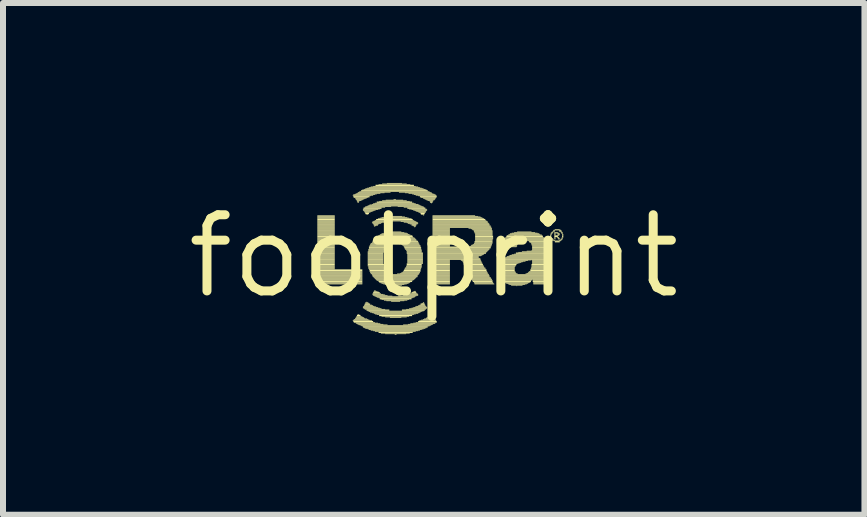
<source format=kicad_pcb>
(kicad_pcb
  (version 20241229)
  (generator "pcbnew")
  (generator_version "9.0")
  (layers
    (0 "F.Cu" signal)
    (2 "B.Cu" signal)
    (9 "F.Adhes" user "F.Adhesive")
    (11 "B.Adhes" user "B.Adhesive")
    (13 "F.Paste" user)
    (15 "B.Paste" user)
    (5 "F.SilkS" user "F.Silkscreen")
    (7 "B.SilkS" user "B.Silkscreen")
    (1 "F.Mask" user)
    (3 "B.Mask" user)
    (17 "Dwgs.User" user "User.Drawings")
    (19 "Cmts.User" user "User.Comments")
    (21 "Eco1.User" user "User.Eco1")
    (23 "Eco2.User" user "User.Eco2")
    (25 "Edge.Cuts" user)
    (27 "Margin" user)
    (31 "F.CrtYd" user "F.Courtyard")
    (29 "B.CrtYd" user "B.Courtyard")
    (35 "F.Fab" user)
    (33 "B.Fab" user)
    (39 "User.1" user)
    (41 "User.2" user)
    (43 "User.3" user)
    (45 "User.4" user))
  (footprint "footprint"
    (layer "F.Cu")
    (at 4.18 1.22)
    (property "Reference" "footprint" (at 0 0 0) (layer "F.SilkS") (effects (font (size 1.27 1.27) (thickness 0.15))))
    (fp_poly (pts (xy -1.94 -0.67) (xy -1.65 -0.67) (xy -1.65 -0.68) (xy -1.94 -0.68)) (stroke (width 0) (type solid)) (fill yes) (layer "F.SilkS"))
    (fp_poly (pts (xy -1.94 -0.66) (xy -1.65 -0.66) (xy -1.65 -0.67) (xy -1.94 -0.67)) (stroke (width 0) (type solid)) (fill yes) (layer "F.SilkS"))
    (fp_poly (pts (xy -1.94 -0.65) (xy -1.65 -0.65) (xy -1.65 -0.66) (xy -1.94 -0.66)) (stroke (width 0) (type solid)) (fill yes) (layer "F.SilkS"))
    (fp_poly (pts (xy -1.94 -0.64) (xy -1.65 -0.64) (xy -1.65 -0.65) (xy -1.94 -0.65)) (stroke (width 0) (type solid)) (fill yes) (layer "F.SilkS"))
    (fp_poly (pts (xy -1.94 -0.63) (xy -1.65 -0.63) (xy -1.65 -0.64) (xy -1.94 -0.64)) (stroke (width 0) (type solid)) (fill yes) (layer "F.SilkS"))
    (fp_poly (pts (xy -1.94 -0.62) (xy -1.65 -0.62) (xy -1.65 -0.63) (xy -1.94 -0.63)) (stroke (width 0) (type solid)) (fill yes) (layer "F.SilkS"))
    (fp_poly (pts (xy -1.94 -0.6) (xy -1.65 -0.6) (xy -1.65 -0.62) (xy -1.94 -0.62)) (stroke (width 0) (type solid)) (fill yes) (layer "F.SilkS"))
    (fp_poly (pts (xy -1.94 -0.59) (xy -1.65 -0.59) (xy -1.65 -0.6) (xy -1.94 -0.6)) (stroke (width 0) (type solid)) (fill yes) (layer "F.SilkS"))
    (fp_poly (pts (xy -1.94 -0.58) (xy -1.65 -0.58) (xy -1.65 -0.59) (xy -1.94 -0.59)) (stroke (width 0) (type solid)) (fill yes) (layer "F.SilkS"))
    (fp_poly (pts (xy -1.94 -0.57) (xy -1.65 -0.57) (xy -1.65 -0.58) (xy -1.94 -0.58)) (stroke (width 0) (type solid)) (fill yes) (layer "F.SilkS"))
    (fp_poly (pts (xy -1.94 -0.56) (xy -1.65 -0.56) (xy -1.65 -0.57) (xy -1.94 -0.57)) (stroke (width 0) (type solid)) (fill yes) (layer "F.SilkS"))
    (fp_poly (pts (xy -1.94 -0.55) (xy -1.65 -0.55) (xy -1.65 -0.56) (xy -1.94 -0.56)) (stroke (width 0) (type solid)) (fill yes) (layer "F.SilkS"))
    (fp_poly (pts (xy -1.94 -0.54) (xy -1.65 -0.54) (xy -1.65 -0.55) (xy -1.94 -0.55)) (stroke (width 0) (type solid)) (fill yes) (layer "F.SilkS"))
    (fp_poly (pts (xy -1.94 -0.53) (xy -1.65 -0.53) (xy -1.65 -0.54) (xy -1.94 -0.54)) (stroke (width 0) (type solid)) (fill yes) (layer "F.SilkS"))
    (fp_poly (pts (xy -1.94 -0.51) (xy -1.65 -0.51) (xy -1.65 -0.53) (xy -1.94 -0.53)) (stroke (width 0) (type solid)) (fill yes) (layer "F.SilkS"))
    (fp_poly (pts (xy -1.94 -0.5) (xy -1.65 -0.5) (xy -1.65 -0.51) (xy -1.94 -0.51)) (stroke (width 0) (type solid)) (fill yes) (layer "F.SilkS"))
    (fp_poly (pts (xy -1.94 -0.49) (xy -1.65 -0.49) (xy -1.65 -0.5) (xy -1.94 -0.5)) (stroke (width 0) (type solid)) (fill yes) (layer "F.SilkS"))
    (fp_poly (pts (xy -1.94 -0.48) (xy -1.65 -0.48) (xy -1.65 -0.49) (xy -1.94 -0.49)) (stroke (width 0) (type solid)) (fill yes) (layer "F.SilkS"))
    (fp_poly (pts (xy -1.94 -0.47) (xy -1.65 -0.47) (xy -1.65 -0.48) (xy -1.94 -0.48)) (stroke (width 0) (type solid)) (fill yes) (layer "F.SilkS"))
    (fp_poly (pts (xy -1.94 -0.46) (xy -1.65 -0.46) (xy -1.65 -0.47) (xy -1.94 -0.47)) (stroke (width 0) (type solid)) (fill yes) (layer "F.SilkS"))
    (fp_poly (pts (xy -1.94 -0.45) (xy -1.65 -0.45) (xy -1.65 -0.46) (xy -1.94 -0.46)) (stroke (width 0) (type solid)) (fill yes) (layer "F.SilkS"))
    (fp_poly (pts (xy -1.94 -0.44) (xy -1.65 -0.44) (xy -1.65 -0.45) (xy -1.94 -0.45)) (stroke (width 0) (type solid)) (fill yes) (layer "F.SilkS"))
    (fp_poly (pts (xy -1.94 -0.43) (xy -1.65 -0.43) (xy -1.65 -0.44) (xy -1.94 -0.44)) (stroke (width 0) (type solid)) (fill yes) (layer "F.SilkS"))
    (fp_poly (pts (xy -1.94 -0.41) (xy -1.65 -0.41) (xy -1.65 -0.43) (xy -1.94 -0.43)) (stroke (width 0) (type solid)) (fill yes) (layer "F.SilkS"))
    (fp_poly (pts (xy -1.94 -0.4) (xy -1.65 -0.4) (xy -1.65 -0.41) (xy -1.94 -0.41)) (stroke (width 0) (type solid)) (fill yes) (layer "F.SilkS"))
    (fp_poly (pts (xy -1.94 -0.39) (xy -1.65 -0.39) (xy -1.65 -0.4) (xy -1.94 -0.4)) (stroke (width 0) (type solid)) (fill yes) (layer "F.SilkS"))
    (fp_poly (pts (xy -1.94 -0.38) (xy -1.65 -0.38) (xy -1.65 -0.39) (xy -1.94 -0.39)) (stroke (width 0) (type solid)) (fill yes) (layer "F.SilkS"))
    (fp_poly (pts (xy -1.94 -0.37) (xy -1.65 -0.37) (xy -1.65 -0.38) (xy -1.94 -0.38)) (stroke (width 0) (type solid)) (fill yes) (layer "F.SilkS"))
    (fp_poly (pts (xy -1.94 -0.36) (xy -1.65 -0.36) (xy -1.65 -0.37) (xy -1.94 -0.37)) (stroke (width 0) (type solid)) (fill yes) (layer "F.SilkS"))
    (fp_poly (pts (xy -1.94 -0.35) (xy -1.65 -0.35) (xy -1.65 -0.36) (xy -1.94 -0.36)) (stroke (width 0) (type solid)) (fill yes) (layer "F.SilkS"))
    (fp_poly (pts (xy -1.94 -0.34) (xy -1.65 -0.34) (xy -1.65 -0.35) (xy -1.94 -0.35)) (stroke (width 0) (type solid)) (fill yes) (layer "F.SilkS"))
    (fp_poly (pts (xy -1.94 -0.32) (xy -1.65 -0.32) (xy -1.65 -0.34) (xy -1.94 -0.34)) (stroke (width 0) (type solid)) (fill yes) (layer "F.SilkS"))
    (fp_poly (pts (xy -1.94 -0.31) (xy -1.65 -0.31) (xy -1.65 -0.32) (xy -1.94 -0.32)) (stroke (width 0) (type solid)) (fill yes) (layer "F.SilkS"))
    (fp_poly (pts (xy -1.94 -0.3) (xy -1.65 -0.3) (xy -1.65 -0.31) (xy -1.94 -0.31)) (stroke (width 0) (type solid)) (fill yes) (layer "F.SilkS"))
    (fp_poly (pts (xy -1.94 -0.29) (xy -1.65 -0.29) (xy -1.65 -0.3) (xy -1.94 -0.3)) (stroke (width 0) (type solid)) (fill yes) (layer "F.SilkS"))
    (fp_poly (pts (xy -1.94 -0.28) (xy -1.65 -0.28) (xy -1.65 -0.29) (xy -1.94 -0.29)) (stroke (width 0) (type solid)) (fill yes) (layer "F.SilkS"))
    (fp_poly (pts (xy -1.94 -0.27) (xy -1.65 -0.27) (xy -1.65 -0.28) (xy -1.94 -0.28)) (stroke (width 0) (type solid)) (fill yes) (layer "F.SilkS"))
    (fp_poly (pts (xy -1.94 -0.26) (xy -1.65 -0.26) (xy -1.65 -0.27) (xy -1.94 -0.27)) (stroke (width 0) (type solid)) (fill yes) (layer "F.SilkS"))
    (fp_poly (pts (xy -1.94 -0.25) (xy -1.65 -0.25) (xy -1.65 -0.26) (xy -1.94 -0.26)) (stroke (width 0) (type solid)) (fill yes) (layer "F.SilkS"))
    (fp_poly (pts (xy -1.94 -0.23) (xy -1.65 -0.23) (xy -1.65 -0.25) (xy -1.94 -0.25)) (stroke (width 0) (type solid)) (fill yes) (layer "F.SilkS"))
    (fp_poly (pts (xy -1.94 -0.22) (xy -1.65 -0.22) (xy -1.65 -0.23) (xy -1.94 -0.23)) (stroke (width 0) (type solid)) (fill yes) (layer "F.SilkS"))
    (fp_poly (pts (xy -1.94 -0.21) (xy -1.65 -0.21) (xy -1.65 -0.22) (xy -1.94 -0.22)) (stroke (width 0) (type solid)) (fill yes) (layer "F.SilkS"))
    (fp_poly (pts (xy -1.94 -0.2) (xy -1.65 -0.2) (xy -1.65 -0.21) (xy -1.94 -0.21)) (stroke (width 0) (type solid)) (fill yes) (layer "F.SilkS"))
    (fp_poly (pts (xy -1.94 -0.19) (xy -1.65 -0.19) (xy -1.65 -0.2) (xy -1.94 -0.2)) (stroke (width 0) (type solid)) (fill yes) (layer "F.SilkS"))
    (fp_poly (pts (xy -1.94 -0.18) (xy -1.65 -0.18) (xy -1.65 -0.19) (xy -1.94 -0.19)) (stroke (width 0) (type solid)) (fill yes) (layer "F.SilkS"))
    (fp_poly (pts (xy -1.94 -0.17) (xy -1.65 -0.17) (xy -1.65 -0.18) (xy -1.94 -0.18)) (stroke (width 0) (type solid)) (fill yes) (layer "F.SilkS"))
    (fp_poly (pts (xy -1.94 -0.16) (xy -1.65 -0.16) (xy -1.65 -0.17) (xy -1.94 -0.17)) (stroke (width 0) (type solid)) (fill yes) (layer "F.SilkS"))
    (fp_poly (pts (xy -1.94 -0.15) (xy -1.65 -0.15) (xy -1.65 -0.16) (xy -1.94 -0.16)) (stroke (width 0) (type solid)) (fill yes) (layer "F.SilkS"))
    (fp_poly (pts (xy -1.94 -0.13) (xy -1.65 -0.13) (xy -1.65 -0.15) (xy -1.94 -0.15)) (stroke (width 0) (type solid)) (fill yes) (layer "F.SilkS"))
    (fp_poly (pts (xy -1.94 -0.12) (xy -1.65 -0.12) (xy -1.65 -0.13) (xy -1.94 -0.13)) (stroke (width 0) (type solid)) (fill yes) (layer "F.SilkS"))
    (fp_poly (pts (xy -1.94 -0.11) (xy -1.65 -0.11) (xy -1.65 -0.12) (xy -1.94 -0.12)) (stroke (width 0) (type solid)) (fill yes) (layer "F.SilkS"))
    (fp_poly (pts (xy -1.94 -0.1) (xy -1.65 -0.1) (xy -1.65 -0.11) (xy -1.94 -0.11)) (stroke (width 0) (type solid)) (fill yes) (layer "F.SilkS"))
    (fp_poly (pts (xy -1.94 -0.09) (xy -1.65 -0.09) (xy -1.65 -0.1) (xy -1.94 -0.1)) (stroke (width 0) (type solid)) (fill yes) (layer "F.SilkS"))
    (fp_poly (pts (xy -1.94 -0.08) (xy -1.65 -0.08) (xy -1.65 -0.09) (xy -1.94 -0.09)) (stroke (width 0) (type solid)) (fill yes) (layer "F.SilkS"))
    (fp_poly (pts (xy -1.94 -0.07) (xy -1.65 -0.07) (xy -1.65 -0.08) (xy -1.94 -0.08)) (stroke (width 0) (type solid)) (fill yes) (layer "F.SilkS"))
    (fp_poly (pts (xy -1.94 -0.06) (xy -1.65 -0.06) (xy -1.65 -0.07) (xy -1.94 -0.07)) (stroke (width 0) (type solid)) (fill yes) (layer "F.SilkS"))
    (fp_poly (pts (xy -1.94 -0.04) (xy -1.65 -0.04) (xy -1.65 -0.06) (xy -1.94 -0.06)) (stroke (width 0) (type solid)) (fill yes) (layer "F.SilkS"))
    (fp_poly (pts (xy -1.94 -0.03) (xy -1.65 -0.03) (xy -1.65 -0.04) (xy -1.94 -0.04)) (stroke (width 0) (type solid)) (fill yes) (layer "F.SilkS"))
    (fp_poly (pts (xy -1.94 -0.02) (xy -1.65 -0.02) (xy -1.65 -0.03) (xy -1.94 -0.03)) (stroke (width 0) (type solid)) (fill yes) (layer "F.SilkS"))
    (fp_poly (pts (xy -1.94 -0.01) (xy -1.65 -0.01) (xy -1.65 -0.02) (xy -1.94 -0.02)) (stroke (width 0) (type solid)) (fill yes) (layer "F.SilkS"))
    (fp_poly (pts (xy -1.94 0) (xy -1.65 0) (xy -1.65 -0.01) (xy -1.94 -0.01)) (stroke (width 0) (type solid)) (fill yes) (layer "F.SilkS"))
    (fp_poly (pts (xy -1.94 0.01) (xy -1.65 0.01) (xy -1.65 0) (xy -1.94 0)) (stroke (width 0) (type solid)) (fill yes) (layer "F.SilkS"))
    (fp_poly (pts (xy -1.94 0.02) (xy -1.65 0.02) (xy -1.65 0.01) (xy -1.94 0.01)) (stroke (width 0) (type solid)) (fill yes) (layer "F.SilkS"))
    (fp_poly (pts (xy -1.94 0.03) (xy -1.65 0.03) (xy -1.65 0.02) (xy -1.94 0.02)) (stroke (width 0) (type solid)) (fill yes) (layer "F.SilkS"))
    (fp_poly (pts (xy -1.94 0.04) (xy -1.65 0.04) (xy -1.65 0.03) (xy -1.94 0.03)) (stroke (width 0) (type solid)) (fill yes) (layer "F.SilkS"))
    (fp_poly (pts (xy -1.94 0.06) (xy -1.65 0.06) (xy -1.65 0.04) (xy -1.94 0.04)) (stroke (width 0) (type solid)) (fill yes) (layer "F.SilkS"))
    (fp_poly (pts (xy -1.94 0.07) (xy -1.65 0.07) (xy -1.65 0.06) (xy -1.94 0.06)) (stroke (width 0) (type solid)) (fill yes) (layer "F.SilkS"))
    (fp_poly (pts (xy -1.94 0.08) (xy -1.65 0.08) (xy -1.65 0.07) (xy -1.94 0.07)) (stroke (width 0) (type solid)) (fill yes) (layer "F.SilkS"))
    (fp_poly (pts (xy -1.94 0.09) (xy -1.65 0.09) (xy -1.65 0.08) (xy -1.94 0.08)) (stroke (width 0) (type solid)) (fill yes) (layer "F.SilkS"))
    (fp_poly (pts (xy -1.94 0.1) (xy -1.65 0.1) (xy -1.65 0.09) (xy -1.94 0.09)) (stroke (width 0) (type solid)) (fill yes) (layer "F.SilkS"))
    (fp_poly (pts (xy -1.94 0.11) (xy -1.65 0.11) (xy -1.65 0.1) (xy -1.94 0.1)) (stroke (width 0) (type solid)) (fill yes) (layer "F.SilkS"))
    (fp_poly (pts (xy -1.94 0.12) (xy -1.65 0.12) (xy -1.65 0.11) (xy -1.94 0.11)) (stroke (width 0) (type solid)) (fill yes) (layer "F.SilkS"))
    (fp_poly (pts (xy -1.94 0.13) (xy -1.65 0.13) (xy -1.65 0.12) (xy -1.94 0.12)) (stroke (width 0) (type solid)) (fill yes) (layer "F.SilkS"))
    (fp_poly (pts (xy -1.94 0.15) (xy -1.65 0.15) (xy -1.65 0.13) (xy -1.94 0.13)) (stroke (width 0) (type solid)) (fill yes) (layer "F.SilkS"))
    (fp_poly (pts (xy -1.94 0.16) (xy -1.65 0.16) (xy -1.65 0.15) (xy -1.94 0.15)) (stroke (width 0) (type solid)) (fill yes) (layer "F.SilkS"))
    (fp_poly (pts (xy -1.94 0.17) (xy -1.65 0.17) (xy -1.65 0.16) (xy -1.94 0.16)) (stroke (width 0) (type solid)) (fill yes) (layer "F.SilkS"))
    (fp_poly (pts (xy -1.94 0.18) (xy -1.65 0.18) (xy -1.65 0.17) (xy -1.94 0.17)) (stroke (width 0) (type solid)) (fill yes) (layer "F.SilkS"))
    (fp_poly (pts (xy -1.94 0.19) (xy -1.65 0.19) (xy -1.65 0.18) (xy -1.94 0.18)) (stroke (width 0) (type solid)) (fill yes) (layer "F.SilkS"))
    (fp_poly (pts (xy -1.94 0.2) (xy -1.65 0.2) (xy -1.65 0.19) (xy -1.94 0.19)) (stroke (width 0) (type solid)) (fill yes) (layer "F.SilkS"))
    (fp_poly (pts (xy -1.94 0.21) (xy -1.65 0.21) (xy -1.65 0.2) (xy -1.94 0.2)) (stroke (width 0) (type solid)) (fill yes) (layer "F.SilkS"))
    (fp_poly (pts (xy -1.94 0.22) (xy -1.65 0.22) (xy -1.65 0.21) (xy -1.94 0.21)) (stroke (width 0) (type solid)) (fill yes) (layer "F.SilkS"))
    (fp_poly (pts (xy -1.94 0.23) (xy -1.19 0.23) (xy -1.19 0.22) (xy -1.94 0.22)) (stroke (width 0) (type solid)) (fill yes) (layer "F.SilkS"))
    (fp_poly (pts (xy -1.94 0.25) (xy -1.19 0.25) (xy -1.19 0.23) (xy -1.94 0.23)) (stroke (width 0) (type solid)) (fill yes) (layer "F.SilkS"))
    (fp_poly (pts (xy -1.94 0.26) (xy -1.19 0.26) (xy -1.19 0.25) (xy -1.94 0.25)) (stroke (width 0) (type solid)) (fill yes) (layer "F.SilkS"))
    (fp_poly (pts (xy -1.94 0.27) (xy -1.19 0.27) (xy -1.19 0.26) (xy -1.94 0.26)) (stroke (width 0) (type solid)) (fill yes) (layer "F.SilkS"))
    (fp_poly (pts (xy -1.94 0.28) (xy -1.19 0.28) (xy -1.19 0.27) (xy -1.94 0.27)) (stroke (width 0) (type solid)) (fill yes) (layer "F.SilkS"))
    (fp_poly (pts (xy -1.94 0.29) (xy -1.19 0.29) (xy -1.19 0.28) (xy -1.94 0.28)) (stroke (width 0) (type solid)) (fill yes) (layer "F.SilkS"))
    (fp_poly (pts (xy -1.94 0.3) (xy -1.19 0.3) (xy -1.19 0.29) (xy -1.94 0.29)) (stroke (width 0) (type solid)) (fill yes) (layer "F.SilkS"))
    (fp_poly (pts (xy -1.94 0.31) (xy -1.19 0.31) (xy -1.19 0.3) (xy -1.94 0.3)) (stroke (width 0) (type solid)) (fill yes) (layer "F.SilkS"))
    (fp_poly (pts (xy -1.94 0.32) (xy -1.19 0.32) (xy -1.19 0.31) (xy -1.94 0.31)) (stroke (width 0) (type solid)) (fill yes) (layer "F.SilkS"))
    (fp_poly (pts (xy -1.94 0.34) (xy -1.19 0.34) (xy -1.19 0.32) (xy -1.94 0.32)) (stroke (width 0) (type solid)) (fill yes) (layer "F.SilkS"))
    (fp_poly (pts (xy -1.94 0.35) (xy -1.19 0.35) (xy -1.19 0.34) (xy -1.94 0.34)) (stroke (width 0) (type solid)) (fill yes) (layer "F.SilkS"))
    (fp_poly (pts (xy -1.94 0.36) (xy -1.19 0.36) (xy -1.19 0.35) (xy -1.94 0.35)) (stroke (width 0) (type solid)) (fill yes) (layer "F.SilkS"))
    (fp_poly (pts (xy -1.94 0.37) (xy -1.19 0.37) (xy -1.19 0.36) (xy -1.94 0.36)) (stroke (width 0) (type solid)) (fill yes) (layer "F.SilkS"))
    (fp_poly (pts (xy -1.94 0.38) (xy -1.19 0.38) (xy -1.19 0.37) (xy -1.94 0.37)) (stroke (width 0) (type solid)) (fill yes) (layer "F.SilkS"))
    (fp_poly (pts (xy -1.94 0.39) (xy -1.19 0.39) (xy -1.19 0.38) (xy -1.94 0.38)) (stroke (width 0) (type solid)) (fill yes) (layer "F.SilkS"))
    (fp_poly (pts (xy -1.94 0.4) (xy -1.19 0.4) (xy -1.19 0.39) (xy -1.94 0.39)) (stroke (width 0) (type solid)) (fill yes) (layer "F.SilkS"))
    (fp_poly (pts (xy -1.94 0.41) (xy -1.19 0.41) (xy -1.19 0.4) (xy -1.94 0.4)) (stroke (width 0) (type solid)) (fill yes) (layer "F.SilkS"))
    (fp_poly (pts (xy -1.94 0.43) (xy -1.19 0.43) (xy -1.19 0.41) (xy -1.94 0.41)) (stroke (width 0) (type solid)) (fill yes) (layer "F.SilkS"))
    (fp_poly (pts (xy -1.94 0.44) (xy -1.19 0.44) (xy -1.19 0.43) (xy -1.94 0.43)) (stroke (width 0) (type solid)) (fill yes) (layer "F.SilkS"))
    (fp_poly (pts (xy -1.94 0.45) (xy -1.19 0.45) (xy -1.19 0.44) (xy -1.94 0.44)) (stroke (width 0) (type solid)) (fill yes) (layer "F.SilkS"))
    (fp_poly (pts (xy -1.94 0.46) (xy -1.19 0.46) (xy -1.19 0.45) (xy -1.94 0.45)) (stroke (width 0) (type solid)) (fill yes) (layer "F.SilkS"))
    (fp_poly (pts (xy -1.94 0.47) (xy -1.19 0.47) (xy -1.19 0.46) (xy -1.94 0.46)) (stroke (width 0) (type solid)) (fill yes) (layer "F.SilkS"))
    (fp_poly (pts (xy -1.35 -1.01) (xy -1.01 -1.01) (xy -1.01 -1.02) (xy -1.35 -1.02)) (stroke (width 0) (type solid)) (fill yes) (layer "F.SilkS"))
    (fp_poly (pts (xy -1.35 1.08) (xy -1.03 1.08) (xy -1.03 1.07) (xy -1.35 1.07)) (stroke (width 0) (type solid)) (fill yes) (layer "F.SilkS"))
    (fp_poly (pts (xy -1.34 -1.02) (xy -0.98 -1.02) (xy -0.98 -1.03) (xy -1.34 -1.03)) (stroke (width 0) (type solid)) (fill yes) (layer "F.SilkS"))
    (fp_poly (pts (xy -1.34 -1) (xy -1.05 -1) (xy -1.05 -1.01) (xy -1.34 -1.01)) (stroke (width 0) (type solid)) (fill yes) (layer "F.SilkS"))
    (fp_poly (pts (xy -1.34 -0.98) (xy -1.07 -0.98) (xy -1.07 -1) (xy -1.34 -1)) (stroke (width 0) (type solid)) (fill yes) (layer "F.SilkS"))
    (fp_poly (pts (xy -1.34 1.07) (xy -1.07 1.07) (xy -1.07 1.06) (xy -1.34 1.06)) (stroke (width 0) (type solid)) (fill yes) (layer "F.SilkS"))
    (fp_poly (pts (xy -1.34 1.1) (xy -1.01 1.1) (xy -1.01 1.08) (xy -1.34 1.08)) (stroke (width 0) (type solid)) (fill yes) (layer "F.SilkS"))
    (fp_poly (pts (xy -1.33 -0.97) (xy -1.1 -0.97) (xy -1.1 -0.98) (xy -1.33 -0.98)) (stroke (width 0) (type solid)) (fill yes) (layer "F.SilkS"))
    (fp_poly (pts (xy -1.33 1.06) (xy -1.09 1.06) (xy -1.09 1.05) (xy -1.33 1.05)) (stroke (width 0) (type solid)) (fill yes) (layer "F.SilkS"))
    (fp_poly (pts (xy -1.33 1.11) (xy -0.98 1.11) (xy -0.98 1.1) (xy -1.33 1.1)) (stroke (width 0) (type solid)) (fill yes) (layer "F.SilkS"))
    (fp_poly (pts (xy -1.31 -1.03) (xy -0.95 -1.03) (xy -0.95 -1.04) (xy -1.31 -1.04)) (stroke (width 0) (type solid)) (fill yes) (layer "F.SilkS"))
    (fp_poly (pts (xy -1.31 -0.96) (xy -1.12 -0.96) (xy -1.12 -0.97) (xy -1.31 -0.97)) (stroke (width 0) (type solid)) (fill yes) (layer "F.SilkS"))
    (fp_poly (pts (xy -1.31 1.04) (xy -1.15 1.04) (xy -1.15 1.03) (xy -1.31 1.03)) (stroke (width 0) (type solid)) (fill yes) (layer "F.SilkS"))
    (fp_poly (pts (xy -1.31 1.05) (xy -1.11 1.05) (xy -1.11 1.04) (xy -1.31 1.04)) (stroke (width 0) (type solid)) (fill yes) (layer "F.SilkS"))
    (fp_poly (pts (xy -1.3 -0.95) (xy -1.15 -0.95) (xy -1.15 -0.96) (xy -1.3 -0.96)) (stroke (width 0) (type solid)) (fill yes) (layer "F.SilkS"))
    (fp_poly (pts (xy -1.3 -0.94) (xy -1.17 -0.94) (xy -1.17 -0.95) (xy -1.3 -0.95)) (stroke (width 0) (type solid)) (fill yes) (layer "F.SilkS"))
    (fp_poly (pts (xy -1.3 1.03) (xy -1.16 1.03) (xy -1.16 1.02) (xy -1.3 1.02)) (stroke (width 0) (type solid)) (fill yes) (layer "F.SilkS"))
    (fp_poly (pts (xy -1.3 1.12) (xy -0.93 1.12) (xy -0.93 1.11) (xy -1.3 1.11)) (stroke (width 0) (type solid)) (fill yes) (layer "F.SilkS"))
    (fp_poly (pts (xy -1.29 -1.04) (xy -0.89 -1.04) (xy -0.89 -1.05) (xy -1.29 -1.05)) (stroke (width 0) (type solid)) (fill yes) (layer "F.SilkS"))
    (fp_poly (pts (xy -1.29 -0.93) (xy -1.19 -0.93) (xy -1.19 -0.94) (xy -1.29 -0.94)) (stroke (width 0) (type solid)) (fill yes) (layer "F.SilkS"))
    (fp_poly (pts (xy -1.29 1.01) (xy -1.2 1.01) (xy -1.2 1) (xy -1.29 1)) (stroke (width 0) (type solid)) (fill yes) (layer "F.SilkS"))
    (fp_poly (pts (xy -1.29 1.02) (xy -1.18 1.02) (xy -1.18 1.01) (xy -1.29 1.01)) (stroke (width 0) (type solid)) (fill yes) (layer "F.SilkS"))
    (fp_poly (pts (xy -1.29 1.13) (xy -0.89 1.13) (xy -0.89 1.12) (xy -1.29 1.12)) (stroke (width 0) (type solid)) (fill yes) (layer "F.SilkS"))
    (fp_poly (pts (xy -1.28 -0.92) (xy -1.21 -0.92) (xy -1.21 -0.93) (xy -1.28 -0.93)) (stroke (width 0) (type solid)) (fill yes) (layer "F.SilkS"))
    (fp_poly (pts (xy -1.28 -0.91) (xy -1.24 -0.91) (xy -1.24 -0.92) (xy -1.28 -0.92)) (stroke (width 0) (type solid)) (fill yes) (layer "F.SilkS"))
    (fp_poly (pts (xy -1.28 1) (xy -1.22 1) (xy -1.22 0.98) (xy -1.28 0.98)) (stroke (width 0) (type solid)) (fill yes) (layer "F.SilkS"))
    (fp_poly (pts (xy -1.27 -1.05) (xy -0.82 -1.05) (xy -0.82 -1.06) (xy -1.27 -1.06)) (stroke (width 0) (type solid)) (fill yes) (layer "F.SilkS"))
    (fp_poly (pts (xy -1.27 -0.89) (xy -1.25 -0.89) (xy -1.25 -0.91) (xy -1.27 -0.91)) (stroke (width 0) (type solid)) (fill yes) (layer "F.SilkS"))
    (fp_poly (pts (xy -1.27 0.98) (xy -1.24 0.98) (xy -1.24 0.97) (xy -1.27 0.97)) (stroke (width 0) (type solid)) (fill yes) (layer "F.SilkS"))
    (fp_poly (pts (xy -1.27 1.14) (xy -0.84 1.14) (xy -0.84 1.13) (xy -1.27 1.13)) (stroke (width 0) (type solid)) (fill yes) (layer "F.SilkS"))
    (fp_poly (pts (xy -1.26 -1.06) (xy -0.72 -1.06) (xy -0.72 -1.07) (xy -1.26 -1.07)) (stroke (width 0) (type solid)) (fill yes) (layer "F.SilkS"))
    (fp_poly (pts (xy -1.25 1.15) (xy -0.77 1.15) (xy -0.77 1.14) (xy -1.25 1.14)) (stroke (width 0) (type solid)) (fill yes) (layer "F.SilkS"))
    (fp_poly (pts (xy -1.24 -1.07) (xy -0.07 -1.07) (xy -0.07 -1.08) (xy -1.24 -1.08)) (stroke (width 0) (type solid)) (fill yes) (layer "F.SilkS"))
    (fp_poly (pts (xy -1.22 1.16) (xy -0.05 1.16) (xy -0.05 1.15) (xy -1.22 1.15)) (stroke (width 0) (type solid)) (fill yes) (layer "F.SilkS"))
    (fp_poly (pts (xy -1.21 -1.08) (xy -0.1 -1.08) (xy -0.1 -1.1) (xy -1.21 -1.1)) (stroke (width 0) (type solid)) (fill yes) (layer "F.SilkS"))
    (fp_poly (pts (xy -1.2 1.17) (xy -0.07 1.17) (xy -0.07 1.16) (xy -1.2 1.16)) (stroke (width 0) (type solid)) (fill yes) (layer "F.SilkS"))
    (fp_poly (pts (xy -1.19 -1.1) (xy -0.12 -1.1) (xy -0.12 -1.11) (xy -1.19 -1.11)) (stroke (width 0) (type solid)) (fill yes) (layer "F.SilkS"))
    (fp_poly (pts (xy -1.18 -0.78) (xy -0.9 -0.78) (xy -0.9 -0.79) (xy -1.18 -0.79)) (stroke (width 0) (type solid)) (fill yes) (layer "F.SilkS"))
    (fp_poly (pts (xy -1.18 -0.77) (xy -0.93 -0.77) (xy -0.93 -0.78) (xy -1.18 -0.78)) (stroke (width 0) (type solid)) (fill yes) (layer "F.SilkS"))
    (fp_poly (pts (xy -1.18 -0.76) (xy -0.97 -0.76) (xy -0.97 -0.77) (xy -1.18 -0.77)) (stroke (width 0) (type solid)) (fill yes) (layer "F.SilkS"))
    (fp_poly (pts (xy -1.18 0.85) (xy -0.96 0.85) (xy -0.96 0.84) (xy -1.18 0.84)) (stroke (width 0) (type solid)) (fill yes) (layer "F.SilkS"))
    (fp_poly (pts (xy -1.18 0.86) (xy -0.93 0.86) (xy -0.93 0.85) (xy -1.18 0.85)) (stroke (width 0) (type solid)) (fill yes) (layer "F.SilkS"))
    (fp_poly (pts (xy -1.18 0.87) (xy -0.9 0.87) (xy -0.9 0.86) (xy -1.18 0.86)) (stroke (width 0) (type solid)) (fill yes) (layer "F.SilkS"))
    (fp_poly (pts (xy -1.18 1.19) (xy -0.1 1.19) (xy -0.1 1.17) (xy -1.18 1.17)) (stroke (width 0) (type solid)) (fill yes) (layer "F.SilkS"))
    (fp_poly (pts (xy -1.17 -0.79) (xy -0.87 -0.79) (xy -0.87 -0.81) (xy -1.17 -0.81)) (stroke (width 0) (type solid)) (fill yes) (layer "F.SilkS"))
    (fp_poly (pts (xy -1.17 -0.75) (xy -1 -0.75) (xy -1 -0.76) (xy -1.17 -0.76)) (stroke (width 0) (type solid)) (fill yes) (layer "F.SilkS"))
    (fp_poly (pts (xy -1.17 0.84) (xy -0.99 0.84) (xy -0.99 0.83) (xy -1.17 0.83)) (stroke (width 0) (type solid)) (fill yes) (layer "F.SilkS"))
    (fp_poly (pts (xy -1.16 -1.11) (xy -0.14 -1.11) (xy -0.14 -1.12) (xy -1.16 -1.12)) (stroke (width 0) (type solid)) (fill yes) (layer "F.SilkS"))
    (fp_poly (pts (xy -1.16 -0.74) (xy -1.02 -0.74) (xy -1.02 -0.75) (xy -1.16 -0.75)) (stroke (width 0) (type solid)) (fill yes) (layer "F.SilkS"))
    (fp_poly (pts (xy -1.16 0.82) (xy -1.03 0.82) (xy -1.03 0.81) (xy -1.16 0.81)) (stroke (width 0) (type solid)) (fill yes) (layer "F.SilkS"))
    (fp_poly (pts (xy -1.16 0.83) (xy -1.01 0.83) (xy -1.01 0.82) (xy -1.16 0.82)) (stroke (width 0) (type solid)) (fill yes) (layer "F.SilkS"))
    (fp_poly (pts (xy -1.16 0.88) (xy -0.87 0.88) (xy -0.87 0.87) (xy -1.16 0.87)) (stroke (width 0) (type solid)) (fill yes) (layer "F.SilkS"))
    (fp_poly (pts (xy -1.16 1.2) (xy -0.12 1.2) (xy -0.12 1.19) (xy -1.16 1.19)) (stroke (width 0) (type solid)) (fill yes) (layer "F.SilkS"))
    (fp_poly (pts (xy -1.15 -0.81) (xy -0.81 -0.81) (xy -0.81 -0.82) (xy -1.15 -0.82)) (stroke (width 0) (type solid)) (fill yes) (layer "F.SilkS"))
    (fp_poly (pts (xy -1.15 -0.73) (xy -1.05 -0.73) (xy -1.05 -0.74) (xy -1.15 -0.74)) (stroke (width 0) (type solid)) (fill yes) (layer "F.SilkS"))
    (fp_poly (pts (xy -1.15 -0.72) (xy -1.07 -0.72) (xy -1.07 -0.73) (xy -1.15 -0.73)) (stroke (width 0) (type solid)) (fill yes) (layer "F.SilkS"))
    (fp_poly (pts (xy -1.15 0.81) (xy -1.06 0.81) (xy -1.06 0.79) (xy -1.15 0.79)) (stroke (width 0) (type solid)) (fill yes) (layer "F.SilkS"))
    (fp_poly (pts (xy -1.15 0.89) (xy -0.81 0.89) (xy -0.81 0.88) (xy -1.15 0.88)) (stroke (width 0) (type solid)) (fill yes) (layer "F.SilkS"))
    (fp_poly (pts (xy -1.14 -1.12) (xy -0.17 -1.12) (xy -0.17 -1.13) (xy -1.14 -1.13)) (stroke (width 0) (type solid)) (fill yes) (layer "F.SilkS"))
    (fp_poly (pts (xy -1.14 -0.82) (xy -0.71 -0.82) (xy -0.71 -0.83) (xy -1.14 -0.83)) (stroke (width 0) (type solid)) (fill yes) (layer "F.SilkS"))
    (fp_poly (pts (xy -1.14 -0.7) (xy -1.08 -0.7) (xy -1.08 -0.72) (xy -1.14 -0.72)) (stroke (width 0) (type solid)) (fill yes) (layer "F.SilkS"))
    (fp_poly (pts (xy -1.14 0.78) (xy -1.09 0.78) (xy -1.09 0.77) (xy -1.14 0.77)) (stroke (width 0) (type solid)) (fill yes) (layer "F.SilkS"))
    (fp_poly (pts (xy -1.14 0.79) (xy -1.08 0.79) (xy -1.08 0.78) (xy -1.14 0.78)) (stroke (width 0) (type solid)) (fill yes) (layer "F.SilkS"))
    (fp_poly (pts (xy -1.14 1.21) (xy -0.14 1.21) (xy -0.14 1.2) (xy -1.14 1.2)) (stroke (width 0) (type solid)) (fill yes) (layer "F.SilkS"))
    (fp_poly (pts (xy -1.12 -0.69) (xy -1.1 -0.69) (xy -1.1 -0.7) (xy -1.12 -0.7)) (stroke (width 0) (type solid)) (fill yes) (layer "F.SilkS"))
    (fp_poly (pts (xy -1.12 0.77) (xy -1.11 0.77) (xy -1.11 0.76) (xy -1.12 0.76)) (stroke (width 0) (type solid)) (fill yes) (layer "F.SilkS"))
    (fp_poly (pts (xy -1.12 0.91) (xy -0.74 0.91) (xy -0.74 0.89) (xy -1.12 0.89)) (stroke (width 0) (type solid)) (fill yes) (layer "F.SilkS"))
    (fp_poly (pts (xy -1.11 -1.13) (xy -0.2 -1.13) (xy -0.2 -1.14) (xy -1.11 -1.14)) (stroke (width 0) (type solid)) (fill yes) (layer "F.SilkS"))
    (fp_poly (pts (xy -1.11 -0.83) (xy -0.2 -0.83) (xy -0.2 -0.84) (xy -1.11 -0.84)) (stroke (width 0) (type solid)) (fill yes) (layer "F.SilkS"))
    (fp_poly (pts (xy -1.1 -0.07) (xy -0.83 -0.07) (xy -0.83 -0.08) (xy -1.1 -0.08)) (stroke (width 0) (type solid)) (fill yes) (layer "F.SilkS"))
    (fp_poly (pts (xy -1.1 -0.06) (xy -0.83 -0.06) (xy -0.83 -0.07) (xy -1.1 -0.07)) (stroke (width 0) (type solid)) (fill yes) (layer "F.SilkS"))
    (fp_poly (pts (xy -1.1 -0.04) (xy -0.84 -0.04) (xy -0.84 -0.06) (xy -1.1 -0.06)) (stroke (width 0) (type solid)) (fill yes) (layer "F.SilkS"))
    (fp_poly (pts (xy -1.1 -0.03) (xy -0.84 -0.03) (xy -0.84 -0.04) (xy -1.1 -0.04)) (stroke (width 0) (type solid)) (fill yes) (layer "F.SilkS"))
    (fp_poly (pts (xy -1.1 -0.02) (xy -0.84 -0.02) (xy -0.84 -0.03) (xy -1.1 -0.03)) (stroke (width 0) (type solid)) (fill yes) (layer "F.SilkS"))
    (fp_poly (pts (xy -1.1 -0.01) (xy -0.84 -0.01) (xy -0.84 -0.02) (xy -1.1 -0.02)) (stroke (width 0) (type solid)) (fill yes) (layer "F.SilkS"))
    (fp_poly (pts (xy -1.1 0) (xy -0.84 0) (xy -0.84 -0.01) (xy -1.1 -0.01)) (stroke (width 0) (type solid)) (fill yes) (layer "F.SilkS"))
    (fp_poly (pts (xy -1.1 0.01) (xy -0.84 0.01) (xy -0.84 0) (xy -1.1 0)) (stroke (width 0) (type solid)) (fill yes) (layer "F.SilkS"))
    (fp_poly (pts (xy -1.1 0.02) (xy -0.84 0.02) (xy -0.84 0.01) (xy -1.1 0.01)) (stroke (width 0) (type solid)) (fill yes) (layer "F.SilkS"))
    (fp_poly (pts (xy -1.1 0.03) (xy -0.84 0.03) (xy -0.84 0.02) (xy -1.1 0.02)) (stroke (width 0) (type solid)) (fill yes) (layer "F.SilkS"))
    (fp_poly (pts (xy -1.1 0.04) (xy -0.84 0.04) (xy -0.84 0.03) (xy -1.1 0.03)) (stroke (width 0) (type solid)) (fill yes) (layer "F.SilkS"))
    (fp_poly (pts (xy -1.1 0.06) (xy -0.84 0.06) (xy -0.84 0.04) (xy -1.1 0.04)) (stroke (width 0) (type solid)) (fill yes) (layer "F.SilkS"))
    (fp_poly (pts (xy -1.1 0.07) (xy -0.84 0.07) (xy -0.84 0.06) (xy -1.1 0.06)) (stroke (width 0) (type solid)) (fill yes) (layer "F.SilkS"))
    (fp_poly (pts (xy -1.1 0.08) (xy -0.84 0.08) (xy -0.84 0.07) (xy -1.1 0.07)) (stroke (width 0) (type solid)) (fill yes) (layer "F.SilkS"))
    (fp_poly (pts (xy -1.1 0.09) (xy -0.84 0.09) (xy -0.84 0.08) (xy -1.1 0.08)) (stroke (width 0) (type solid)) (fill yes) (layer "F.SilkS"))
    (fp_poly (pts (xy -1.1 0.1) (xy -0.84 0.1) (xy -0.84 0.09) (xy -1.1 0.09)) (stroke (width 0) (type solid)) (fill yes) (layer "F.SilkS"))
    (fp_poly (pts (xy -1.1 0.11) (xy -0.84 0.11) (xy -0.84 0.1) (xy -1.1 0.1)) (stroke (width 0) (type solid)) (fill yes) (layer "F.SilkS"))
    (fp_poly (pts (xy -1.1 0.12) (xy -0.84 0.12) (xy -0.84 0.11) (xy -1.1 0.11)) (stroke (width 0) (type solid)) (fill yes) (layer "F.SilkS"))
    (fp_poly (pts (xy -1.1 0.13) (xy -0.84 0.13) (xy -0.84 0.12) (xy -1.1 0.12)) (stroke (width 0) (type solid)) (fill yes) (layer "F.SilkS"))
    (fp_poly (pts (xy -1.1 0.15) (xy -0.83 0.15) (xy -0.83 0.13) (xy -1.1 0.13)) (stroke (width 0) (type solid)) (fill yes) (layer "F.SilkS"))
    (fp_poly (pts (xy -1.1 0.16) (xy -0.83 0.16) (xy -0.83 0.15) (xy -1.1 0.15)) (stroke (width 0) (type solid)) (fill yes) (layer "F.SilkS"))
    (fp_poly (pts (xy -1.1 0.17) (xy -0.83 0.17) (xy -0.83 0.16) (xy -1.1 0.16)) (stroke (width 0) (type solid)) (fill yes) (layer "F.SilkS"))
    (fp_poly (pts (xy -1.1 0.92) (xy -0.17 0.92) (xy -0.17 0.91) (xy -1.1 0.91)) (stroke (width 0) (type solid)) (fill yes) (layer "F.SilkS"))
    (fp_poly (pts (xy -1.1 1.22) (xy -0.17 1.22) (xy -0.17 1.21) (xy -1.1 1.21)) (stroke (width 0) (type solid)) (fill yes) (layer "F.SilkS"))
    (fp_poly (pts (xy -1.09 -0.84) (xy -0.22 -0.84) (xy -0.22 -0.85) (xy -1.09 -0.85)) (stroke (width 0) (type solid)) (fill yes) (layer "F.SilkS"))
    (fp_poly (pts (xy -1.09 -0.11) (xy -0.82 -0.11) (xy -0.82 -0.12) (xy -1.09 -0.12)) (stroke (width 0) (type solid)) (fill yes) (layer "F.SilkS"))
    (fp_poly (pts (xy -1.09 -0.1) (xy -0.82 -0.1) (xy -0.82 -0.11) (xy -1.09 -0.11)) (stroke (width 0) (type solid)) (fill yes) (layer "F.SilkS"))
    (fp_poly (pts (xy -1.09 -0.09) (xy -0.83 -0.09) (xy -0.83 -0.1) (xy -1.09 -0.1)) (stroke (width 0) (type solid)) (fill yes) (layer "F.SilkS"))
    (fp_poly (pts (xy -1.09 -0.08) (xy -0.83 -0.08) (xy -0.83 -0.09) (xy -1.09 -0.09)) (stroke (width 0) (type solid)) (fill yes) (layer "F.SilkS"))
    (fp_poly (pts (xy -1.09 0.18) (xy -0.83 0.18) (xy -0.83 0.17) (xy -1.09 0.17)) (stroke (width 0) (type solid)) (fill yes) (layer "F.SilkS"))
    (fp_poly (pts (xy -1.09 0.19) (xy -0.82 0.19) (xy -0.82 0.18) (xy -1.09 0.18)) (stroke (width 0) (type solid)) (fill yes) (layer "F.SilkS"))
    (fp_poly (pts (xy -1.09 0.2) (xy -0.82 0.2) (xy -0.82 0.19) (xy -1.09 0.19)) (stroke (width 0) (type solid)) (fill yes) (layer "F.SilkS"))
    (fp_poly (pts (xy -1.09 0.21) (xy -0.81 0.21) (xy -0.81 0.2) (xy -1.09 0.2)) (stroke (width 0) (type solid)) (fill yes) (layer "F.SilkS"))
    (fp_poly (pts (xy -1.08 -1.14) (xy -0.23 -1.14) (xy -0.23 -1.15) (xy -1.08 -1.15)) (stroke (width 0) (type solid)) (fill yes) (layer "F.SilkS"))
    (fp_poly (pts (xy -1.08 -0.15) (xy -0.8 -0.15) (xy -0.8 -0.16) (xy -1.08 -0.16)) (stroke (width 0) (type solid)) (fill yes) (layer "F.SilkS"))
    (fp_poly (pts (xy -1.08 -0.13) (xy -0.8 -0.13) (xy -0.8 -0.15) (xy -1.08 -0.15)) (stroke (width 0) (type solid)) (fill yes) (layer "F.SilkS"))
    (fp_poly (pts (xy -1.08 -0.12) (xy -0.81 -0.12) (xy -0.81 -0.13) (xy -1.08 -0.13)) (stroke (width 0) (type solid)) (fill yes) (layer "F.SilkS"))
    (fp_poly (pts (xy -1.08 0.22) (xy -0.8 0.22) (xy -0.8 0.21) (xy -1.08 0.21)) (stroke (width 0) (type solid)) (fill yes) (layer "F.SilkS"))
    (fp_poly (pts (xy -1.08 0.23) (xy -0.8 0.23) (xy -0.8 0.22) (xy -1.08 0.22)) (stroke (width 0) (type solid)) (fill yes) (layer "F.SilkS"))
    (fp_poly (pts (xy -1.08 0.93) (xy -0.2 0.93) (xy -0.2 0.92) (xy -1.08 0.92)) (stroke (width 0) (type solid)) (fill yes) (layer "F.SilkS"))
    (fp_poly (pts (xy -1.08 1.23) (xy -0.2 1.23) (xy -0.2 1.22) (xy -1.08 1.22)) (stroke (width 0) (type solid)) (fill yes) (layer "F.SilkS"))
    (fp_poly (pts (xy -1.07 -0.85) (xy -0.24 -0.85) (xy -0.24 -0.86) (xy -1.07 -0.86)) (stroke (width 0) (type solid)) (fill yes) (layer "F.SilkS"))
    (fp_poly (pts (xy -1.07 -0.17) (xy -0.78 -0.17) (xy -0.78 -0.18) (xy -1.07 -0.18)) (stroke (width 0) (type solid)) (fill yes) (layer "F.SilkS"))
    (fp_poly (pts (xy -1.07 -0.16) (xy -0.79 -0.16) (xy -0.79 -0.17) (xy -1.07 -0.17)) (stroke (width 0) (type solid)) (fill yes) (layer "F.SilkS"))
    (fp_poly (pts (xy -1.07 0.25) (xy -0.79 0.25) (xy -0.79 0.23) (xy -1.07 0.23)) (stroke (width 0) (type solid)) (fill yes) (layer "F.SilkS"))
    (fp_poly (pts (xy -1.07 0.26) (xy -0.78 0.26) (xy -0.78 0.25) (xy -1.07 0.25)) (stroke (width 0) (type solid)) (fill yes) (layer "F.SilkS"))
    (fp_poly (pts (xy -1.06 -0.19) (xy -0.74 -0.19) (xy -0.74 -0.2) (xy -1.06 -0.2)) (stroke (width 0) (type solid)) (fill yes) (layer "F.SilkS"))
    (fp_poly (pts (xy -1.06 -0.18) (xy -0.77 -0.18) (xy -0.77 -0.19) (xy -1.06 -0.19)) (stroke (width 0) (type solid)) (fill yes) (layer "F.SilkS"))
    (fp_poly (pts (xy -1.06 0.27) (xy -0.77 0.27) (xy -0.77 0.26) (xy -1.06 0.26)) (stroke (width 0) (type solid)) (fill yes) (layer "F.SilkS"))
    (fp_poly (pts (xy -1.06 0.28) (xy -0.74 0.28) (xy -0.74 0.27) (xy -1.06 0.27)) (stroke (width 0) (type solid)) (fill yes) (layer "F.SilkS"))
    (fp_poly (pts (xy -1.06 0.94) (xy -0.22 0.94) (xy -0.22 0.93) (xy -1.06 0.93)) (stroke (width 0) (type solid)) (fill yes) (layer "F.SilkS"))
    (fp_poly (pts (xy -1.05 -1.15) (xy -0.26 -1.15) (xy -0.26 -1.16) (xy -1.05 -1.16)) (stroke (width 0) (type solid)) (fill yes) (layer "F.SilkS"))
    (fp_poly (pts (xy -1.05 -0.21) (xy -0.25 -0.21) (xy -0.25 -0.22) (xy -1.05 -0.22)) (stroke (width 0) (type solid)) (fill yes) (layer "F.SilkS"))
    (fp_poly (pts (xy -1.05 -0.2) (xy -0.72 -0.2) (xy -0.72 -0.21) (xy -1.05 -0.21)) (stroke (width 0) (type solid)) (fill yes) (layer "F.SilkS"))
    (fp_poly (pts (xy -1.05 0.29) (xy -0.72 0.29) (xy -0.72 0.28) (xy -1.05 0.28)) (stroke (width 0) (type solid)) (fill yes) (layer "F.SilkS"))
    (fp_poly (pts (xy -1.05 0.3) (xy -0.68 0.3) (xy -0.68 0.29) (xy -1.05 0.29)) (stroke (width 0) (type solid)) (fill yes) (layer "F.SilkS"))
    (fp_poly (pts (xy -1.05 1.24) (xy -0.23 1.24) (xy -0.23 1.23) (xy -1.05 1.23)) (stroke (width 0) (type solid)) (fill yes) (layer "F.SilkS"))
    (fp_poly (pts (xy -1.03 -0.86) (xy -0.26 -0.86) (xy -0.26 -0.87) (xy -1.03 -0.87)) (stroke (width 0) (type solid)) (fill yes) (layer "F.SilkS"))
    (fp_poly (pts (xy -1.03 -0.56) (xy -0.81 -0.56) (xy -0.81 -0.57) (xy -1.03 -0.57)) (stroke (width 0) (type solid)) (fill yes) (layer "F.SilkS"))
    (fp_poly (pts (xy -1.03 -0.22) (xy -0.25 -0.22) (xy -0.25 -0.23) (xy -1.03 -0.23)) (stroke (width 0) (type solid)) (fill yes) (layer "F.SilkS"))
    (fp_poly (pts (xy -1.03 0.31) (xy -0.25 0.31) (xy -0.25 0.3) (xy -1.03 0.3)) (stroke (width 0) (type solid)) (fill yes) (layer "F.SilkS"))
    (fp_poly (pts (xy -1.03 0.32) (xy -0.26 0.32) (xy -0.26 0.31) (xy -1.03 0.31)) (stroke (width 0) (type solid)) (fill yes) (layer "F.SilkS"))
    (fp_poly (pts (xy -1.03 0.95) (xy -0.24 0.95) (xy -0.24 0.94) (xy -1.03 0.94)) (stroke (width 0) (type solid)) (fill yes) (layer "F.SilkS"))
    (fp_poly (pts (xy -1.02 -0.57) (xy -0.76 -0.57) (xy -0.76 -0.58) (xy -1.02 -0.58)) (stroke (width 0) (type solid)) (fill yes) (layer "F.SilkS"))
    (fp_poly (pts (xy -1.02 -0.55) (xy -0.86 -0.55) (xy -0.86 -0.56) (xy -1.02 -0.56)) (stroke (width 0) (type solid)) (fill yes) (layer "F.SilkS"))
    (fp_poly (pts (xy -1.02 -0.54) (xy -0.88 -0.54) (xy -0.88 -0.55) (xy -1.02 -0.55)) (stroke (width 0) (type solid)) (fill yes) (layer "F.SilkS"))
    (fp_poly (pts (xy -1.02 -0.25) (xy -0.27 -0.25) (xy -0.27 -0.26) (xy -1.02 -0.26)) (stroke (width 0) (type solid)) (fill yes) (layer "F.SilkS"))
    (fp_poly (pts (xy -1.02 -0.23) (xy -0.26 -0.23) (xy -0.26 -0.25) (xy -1.02 -0.25)) (stroke (width 0) (type solid)) (fill yes) (layer "F.SilkS"))
    (fp_poly (pts (xy -1.02 0.34) (xy -0.27 0.34) (xy -0.27 0.32) (xy -1.02 0.32)) (stroke (width 0) (type solid)) (fill yes) (layer "F.SilkS"))
    (fp_poly (pts (xy -1.02 0.63) (xy -0.88 0.63) (xy -0.88 0.62) (xy -1.02 0.62)) (stroke (width 0) (type solid)) (fill yes) (layer "F.SilkS"))
    (fp_poly (pts (xy -1.02 0.64) (xy -0.84 0.64) (xy -0.84 0.63) (xy -1.02 0.63)) (stroke (width 0) (type solid)) (fill yes) (layer "F.SilkS"))
    (fp_poly (pts (xy -1.02 0.65) (xy -0.81 0.65) (xy -0.81 0.64) (xy -1.02 0.64)) (stroke (width 0) (type solid)) (fill yes) (layer "F.SilkS"))
    (fp_poly (pts (xy -1.01 -1.16) (xy -0.3 -1.16) (xy -0.3 -1.17) (xy -1.01 -1.17)) (stroke (width 0) (type solid)) (fill yes) (layer "F.SilkS"))
    (fp_poly (pts (xy -1.01 -0.87) (xy -0.3 -0.87) (xy -0.3 -0.88) (xy -1.01 -0.88)) (stroke (width 0) (type solid)) (fill yes) (layer "F.SilkS"))
    (fp_poly (pts (xy -1.01 -0.53) (xy -0.91 -0.53) (xy -0.91 -0.54) (xy -1.01 -0.54)) (stroke (width 0) (type solid)) (fill yes) (layer "F.SilkS"))
    (fp_poly (pts (xy -1.01 -0.26) (xy -0.29 -0.26) (xy -0.29 -0.27) (xy -1.01 -0.27)) (stroke (width 0) (type solid)) (fill yes) (layer "F.SilkS"))
    (fp_poly (pts (xy -1.01 0.35) (xy -0.27 0.35) (xy -0.27 0.34) (xy -1.01 0.34)) (stroke (width 0) (type solid)) (fill yes) (layer "F.SilkS"))
    (fp_poly (pts (xy -1.01 0.62) (xy -0.9 0.62) (xy -0.9 0.6) (xy -1.01 0.6)) (stroke (width 0) (type solid)) (fill yes) (layer "F.SilkS"))
    (fp_poly (pts (xy -1.01 0.66) (xy -0.77 0.66) (xy -0.77 0.65) (xy -1.01 0.65)) (stroke (width 0) (type solid)) (fill yes) (layer "F.SilkS"))
    (fp_poly (pts (xy -1.01 1.25) (xy -0.26 1.25) (xy -0.26 1.24) (xy -1.01 1.24)) (stroke (width 0) (type solid)) (fill yes) (layer "F.SilkS"))
    (fp_poly (pts (xy -1 -0.58) (xy -0.31 -0.58) (xy -0.31 -0.59) (xy -1 -0.59)) (stroke (width 0) (type solid)) (fill yes) (layer "F.SilkS"))
    (fp_poly (pts (xy -1 -0.51) (xy -0.93 -0.51) (xy -0.93 -0.53) (xy -1 -0.53)) (stroke (width 0) (type solid)) (fill yes) (layer "F.SilkS"))
    (fp_poly (pts (xy -1 -0.27) (xy -0.29 -0.27) (xy -0.29 -0.28) (xy -1 -0.28)) (stroke (width 0) (type solid)) (fill yes) (layer "F.SilkS"))
    (fp_poly (pts (xy -1 0.36) (xy -0.29 0.36) (xy -0.29 0.35) (xy -1 0.35)) (stroke (width 0) (type solid)) (fill yes) (layer "F.SilkS"))
    (fp_poly (pts (xy -1 0.59) (xy -0.95 0.59) (xy -0.95 0.58) (xy -1 0.58)) (stroke (width 0) (type solid)) (fill yes) (layer "F.SilkS"))
    (fp_poly (pts (xy -1 0.6) (xy -0.92 0.6) (xy -0.92 0.59) (xy -1 0.59)) (stroke (width 0) (type solid)) (fill yes) (layer "F.SilkS"))
    (fp_poly (pts (xy -1 0.96) (xy -0.26 0.96) (xy -0.26 0.95) (xy -1 0.95)) (stroke (width 0) (type solid)) (fill yes) (layer "F.SilkS"))
    (fp_poly (pts (xy -0.99 -0.5) (xy -0.96 -0.5) (xy -0.96 -0.51) (xy -0.99 -0.51)) (stroke (width 0) (type solid)) (fill yes) (layer "F.SilkS"))
    (fp_poly (pts (xy -0.99 -0.49) (xy -0.98 -0.49) (xy -0.98 -0.5) (xy -0.99 -0.5)) (stroke (width 0) (type solid)) (fill yes) (layer "F.SilkS"))
    (fp_poly (pts (xy -0.99 -0.28) (xy -0.3 -0.28) (xy -0.3 -0.29) (xy -0.99 -0.29)) (stroke (width 0) (type solid)) (fill yes) (layer "F.SilkS"))
    (fp_poly (pts (xy -0.99 0.37) (xy -0.3 0.37) (xy -0.3 0.36) (xy -0.99 0.36)) (stroke (width 0) (type solid)) (fill yes) (layer "F.SilkS"))
    (fp_poly (pts (xy -0.99 0.58) (xy -0.97 0.58) (xy -0.97 0.57) (xy -0.99 0.57)) (stroke (width 0) (type solid)) (fill yes) (layer "F.SilkS"))
    (fp_poly (pts (xy -0.99 0.67) (xy -0.69 0.67) (xy -0.69 0.66) (xy -0.99 0.66)) (stroke (width 0) (type solid)) (fill yes) (layer "F.SilkS"))
    (fp_poly (pts (xy -0.98 -0.88) (xy -0.33 -0.88) (xy -0.33 -0.89) (xy -0.98 -0.89)) (stroke (width 0) (type solid)) (fill yes) (layer "F.SilkS"))
    (fp_poly (pts (xy -0.98 -0.59) (xy -0.33 -0.59) (xy -0.33 -0.6) (xy -0.98 -0.6)) (stroke (width 0) (type solid)) (fill yes) (layer "F.SilkS"))
    (fp_poly (pts (xy -0.98 -0.29) (xy -0.31 -0.29) (xy -0.31 -0.3) (xy -0.98 -0.3)) (stroke (width 0) (type solid)) (fill yes) (layer "F.SilkS"))
    (fp_poly (pts (xy -0.98 0.38) (xy -0.31 0.38) (xy -0.31 0.37) (xy -0.98 0.37)) (stroke (width 0) (type solid)) (fill yes) (layer "F.SilkS"))
    (fp_poly (pts (xy -0.98 0.97) (xy -0.3 0.97) (xy -0.3 0.96) (xy -0.98 0.96)) (stroke (width 0) (type solid)) (fill yes) (layer "F.SilkS"))
    (fp_poly (pts (xy -0.98 1.26) (xy -0.3 1.26) (xy -0.3 1.25) (xy -0.98 1.25)) (stroke (width 0) (type solid)) (fill yes) (layer "F.SilkS"))
    (fp_poly (pts (xy -0.97 -1.17) (xy -0.33 -1.17) (xy -0.33 -1.19) (xy -0.97 -1.19)) (stroke (width 0) (type solid)) (fill yes) (layer "F.SilkS"))
    (fp_poly (pts (xy -0.97 -0.3) (xy -0.32 -0.3) (xy -0.32 -0.31) (xy -0.97 -0.31)) (stroke (width 0) (type solid)) (fill yes) (layer "F.SilkS"))
    (fp_poly (pts (xy -0.97 0.39) (xy -0.32 0.39) (xy -0.32 0.38) (xy -0.97 0.38)) (stroke (width 0) (type solid)) (fill yes) (layer "F.SilkS"))
    (fp_poly (pts (xy -0.97 0.68) (xy -0.31 0.68) (xy -0.31 0.67) (xy -0.97 0.67)) (stroke (width 0) (type solid)) (fill yes) (layer "F.SilkS"))
    (fp_poly (pts (xy -0.96 -0.6) (xy -0.35 -0.6) (xy -0.35 -0.62) (xy -0.96 -0.62)) (stroke (width 0) (type solid)) (fill yes) (layer "F.SilkS"))
    (fp_poly (pts (xy -0.96 -0.31) (xy -0.34 -0.31) (xy -0.34 -0.32) (xy -0.96 -0.32)) (stroke (width 0) (type solid)) (fill yes) (layer "F.SilkS"))
    (fp_poly (pts (xy -0.96 0.4) (xy -0.33 0.4) (xy -0.33 0.39) (xy -0.96 0.39)) (stroke (width 0) (type solid)) (fill yes) (layer "F.SilkS"))
    (fp_poly (pts (xy -0.95 -0.89) (xy -0.36 -0.89) (xy -0.36 -0.91) (xy -0.95 -0.91)) (stroke (width 0) (type solid)) (fill yes) (layer "F.SilkS"))
    (fp_poly (pts (xy -0.95 0.41) (xy -0.35 0.41) (xy -0.35 0.4) (xy -0.95 0.4)) (stroke (width 0) (type solid)) (fill yes) (layer "F.SilkS"))
    (fp_poly (pts (xy -0.95 0.69) (xy -0.32 0.69) (xy -0.32 0.68) (xy -0.95 0.68)) (stroke (width 0) (type solid)) (fill yes) (layer "F.SilkS"))
    (fp_poly (pts (xy -0.95 0.98) (xy -0.33 0.98) (xy -0.33 0.97) (xy -0.95 0.97)) (stroke (width 0) (type solid)) (fill yes) (layer "F.SilkS"))
    (fp_poly (pts (xy -0.93 -0.62) (xy -0.37 -0.62) (xy -0.37 -0.63) (xy -0.93 -0.63)) (stroke (width 0) (type solid)) (fill yes) (layer "F.SilkS"))
    (fp_poly (pts (xy -0.93 -0.32) (xy -0.35 -0.32) (xy -0.35 -0.34) (xy -0.93 -0.34)) (stroke (width 0) (type solid)) (fill yes) (layer "F.SilkS"))
    (fp_poly (pts (xy -0.92 -1.19) (xy -0.39 -1.19) (xy -0.39 -1.2) (xy -0.92 -1.2)) (stroke (width 0) (type solid)) (fill yes) (layer "F.SilkS"))
    (fp_poly (pts (xy -0.92 -0.34) (xy -0.36 -0.34) (xy -0.36 -0.35) (xy -0.92 -0.35)) (stroke (width 0) (type solid)) (fill yes) (layer "F.SilkS"))
    (fp_poly (pts (xy -0.92 0.43) (xy -0.36 0.43) (xy -0.36 0.41) (xy -0.92 0.41)) (stroke (width 0) (type solid)) (fill yes) (layer "F.SilkS"))
    (fp_poly (pts (xy -0.92 0.7) (xy -0.35 0.7) (xy -0.35 0.69) (xy -0.92 0.69)) (stroke (width 0) (type solid)) (fill yes) (layer "F.SilkS"))
    (fp_poly (pts (xy -0.92 1.28) (xy -0.35 1.28) (xy -0.35 1.26) (xy -0.92 1.26)) (stroke (width 0) (type solid)) (fill yes) (layer "F.SilkS"))
    (fp_poly (pts (xy -0.91 -0.91) (xy -0.4 -0.91) (xy -0.4 -0.92) (xy -0.91 -0.92)) (stroke (width 0) (type solid)) (fill yes) (layer "F.SilkS"))
    (fp_poly (pts (xy -0.91 0.44) (xy -0.39 0.44) (xy -0.39 0.43) (xy -0.91 0.43)) (stroke (width 0) (type solid)) (fill yes) (layer "F.SilkS"))
    (fp_poly (pts (xy -0.91 1) (xy -0.36 1) (xy -0.36 0.98) (xy -0.91 0.98)) (stroke (width 0) (type solid)) (fill yes) (layer "F.SilkS"))
    (fp_poly (pts (xy -0.9 -0.63) (xy -0.41 -0.63) (xy -0.41 -0.64) (xy -0.9 -0.64)) (stroke (width 0) (type solid)) (fill yes) (layer "F.SilkS"))
    (fp_poly (pts (xy -0.9 -0.35) (xy -0.39 -0.35) (xy -0.39 -0.36) (xy -0.9 -0.36)) (stroke (width 0) (type solid)) (fill yes) (layer "F.SilkS"))
    (fp_poly (pts (xy -0.9 0.72) (xy -0.37 0.72) (xy -0.37 0.7) (xy -0.9 0.7)) (stroke (width 0) (type solid)) (fill yes) (layer "F.SilkS"))
    (fp_poly (pts (xy -0.89 -0.36) (xy -0.41 -0.36) (xy -0.41 -0.37) (xy -0.89 -0.37)) (stroke (width 0) (type solid)) (fill yes) (layer "F.SilkS"))
    (fp_poly (pts (xy -0.89 0.45) (xy -0.4 0.45) (xy -0.4 0.44) (xy -0.89 0.44)) (stroke (width 0) (type solid)) (fill yes) (layer "F.SilkS"))
    (fp_poly (pts (xy -0.88 1.29) (xy -0.4 1.29) (xy -0.4 1.28) (xy -0.88 1.28)) (stroke (width 0) (type solid)) (fill yes) (layer "F.SilkS"))
    (fp_poly (pts (xy -0.87 -0.64) (xy -0.44 -0.64) (xy -0.44 -0.65) (xy -0.87 -0.65)) (stroke (width 0) (type solid)) (fill yes) (layer "F.SilkS"))
    (fp_poly (pts (xy -0.87 -0.37) (xy -0.43 -0.37) (xy -0.43 -0.38) (xy -0.87 -0.38)) (stroke (width 0) (type solid)) (fill yes) (layer "F.SilkS"))
    (fp_poly (pts (xy -0.87 0.46) (xy -0.42 0.46) (xy -0.42 0.45) (xy -0.87 0.45)) (stroke (width 0) (type solid)) (fill yes) (layer "F.SilkS"))
    (fp_poly (pts (xy -0.87 0.73) (xy -0.41 0.73) (xy -0.41 0.72) (xy -0.87 0.72)) (stroke (width 0) (type solid)) (fill yes) (layer "F.SilkS"))
    (fp_poly (pts (xy -0.87 1.01) (xy -0.41 1.01) (xy -0.41 1) (xy -0.87 1)) (stroke (width 0) (type solid)) (fill yes) (layer "F.SilkS"))
    (fp_poly (pts (xy -0.86 -1.2) (xy -0.45 -1.2) (xy -0.45 -1.21) (xy -0.86 -1.21)) (stroke (width 0) (type solid)) (fill yes) (layer "F.SilkS"))
    (fp_poly (pts (xy -0.86 -0.92) (xy -0.45 -0.92) (xy -0.45 -0.93) (xy -0.86 -0.93)) (stroke (width 0) (type solid)) (fill yes) (layer "F.SilkS"))
    (fp_poly (pts (xy -0.84 0.47) (xy -0.45 0.47) (xy -0.45 0.46) (xy -0.84 0.46)) (stroke (width 0) (type solid)) (fill yes) (layer "F.SilkS"))
    (fp_poly (pts (xy -0.83 -0.65) (xy -0.48 -0.65) (xy -0.48 -0.66) (xy -0.83 -0.66)) (stroke (width 0) (type solid)) (fill yes) (layer "F.SilkS"))
    (fp_poly (pts (xy -0.83 -0.38) (xy -0.45 -0.38) (xy -0.45 -0.39) (xy -0.83 -0.39)) (stroke (width 0) (type solid)) (fill yes) (layer "F.SilkS"))
    (fp_poly (pts (xy -0.83 0.74) (xy -0.44 0.74) (xy -0.44 0.73) (xy -0.83 0.73)) (stroke (width 0) (type solid)) (fill yes) (layer "F.SilkS"))
    (fp_poly (pts (xy -0.81 0.48) (xy -0.49 0.48) (xy -0.49 0.47) (xy -0.81 0.47)) (stroke (width 0) (type solid)) (fill yes) (layer "F.SilkS"))
    (fp_poly (pts (xy -0.81 1.02) (xy -0.45 1.02) (xy -0.45 1.01) (xy -0.81 1.01)) (stroke (width 0) (type solid)) (fill yes) (layer "F.SilkS"))
    (fp_poly (pts (xy -0.81 1.3) (xy -0.46 1.3) (xy -0.46 1.29) (xy -0.81 1.29)) (stroke (width 0) (type solid)) (fill yes) (layer "F.SilkS"))
    (fp_poly (pts (xy -0.8 -0.93) (xy -0.51 -0.93) (xy -0.51 -0.94) (xy -0.8 -0.94)) (stroke (width 0) (type solid)) (fill yes) (layer "F.SilkS"))
    (fp_poly (pts (xy -0.8 -0.39) (xy -0.49 -0.39) (xy -0.49 -0.4) (xy -0.8 -0.4)) (stroke (width 0) (type solid)) (fill yes) (layer "F.SilkS"))
    (fp_poly (pts (xy -0.79 0.75) (xy -0.49 0.75) (xy -0.49 0.74) (xy -0.79 0.74)) (stroke (width 0) (type solid)) (fill yes) (layer "F.SilkS"))
    (fp_poly (pts (xy -0.78 -1.21) (xy -0.53 -1.21) (xy -0.53 -1.22) (xy -0.78 -1.22)) (stroke (width 0) (type solid)) (fill yes) (layer "F.SilkS"))
    (fp_poly (pts (xy -0.78 -0.66) (xy -0.53 -0.66) (xy -0.53 -0.67) (xy -0.78 -0.67)) (stroke (width 0) (type solid)) (fill yes) (layer "F.SilkS"))
    (fp_poly (pts (xy -0.77 0.49) (xy -0.53 0.49) (xy -0.53 0.48) (xy -0.77 0.48)) (stroke (width 0) (type solid)) (fill yes) (layer "F.SilkS"))
    (fp_poly (pts (xy -0.74 -0.4) (xy -0.54 -0.4) (xy -0.54 -0.41) (xy -0.74 -0.41)) (stroke (width 0) (type solid)) (fill yes) (layer "F.SilkS"))
    (fp_poly (pts (xy -0.73 1.03) (xy -0.54 1.03) (xy -0.54 1.02) (xy -0.73 1.02)) (stroke (width 0) (type solid)) (fill yes) (layer "F.SilkS"))
    (fp_poly (pts (xy -0.71 0.76) (xy -0.56 0.76) (xy -0.56 0.75) (xy -0.71 0.75)) (stroke (width 0) (type solid)) (fill yes) (layer "F.SilkS"))
    (fp_poly (pts (xy -0.67 -0.94) (xy -0.63 -0.94) (xy -0.63 -0.95) (xy -0.67 -0.95)) (stroke (width 0) (type solid)) (fill yes) (layer "F.SilkS"))
    (fp_poly (pts (xy -0.65 1.31) (xy -0.62 1.31) (xy -0.62 1.3) (xy -0.65 1.3)) (stroke (width 0) (type solid)) (fill yes) (layer "F.SilkS"))
    (fp_poly (pts (xy -0.61 0.3) (xy -0.24 0.3) (xy -0.24 0.29) (xy -0.61 0.29)) (stroke (width 0) (type solid)) (fill yes) (layer "F.SilkS"))
    (fp_poly (pts (xy -0.6 -0.82) (xy -0.17 -0.82) (xy -0.17 -0.83) (xy -0.6 -0.83)) (stroke (width 0) (type solid)) (fill yes) (layer "F.SilkS"))
    (fp_poly (pts (xy -0.59 0.67) (xy -0.29 0.67) (xy -0.29 0.66) (xy -0.59 0.66)) (stroke (width 0) (type solid)) (fill yes) (layer "F.SilkS"))
    (fp_poly (pts (xy -0.58 -1.06) (xy -0.05 -1.06) (xy -0.05 -1.07) (xy -0.58 -1.07)) (stroke (width 0) (type solid)) (fill yes) (layer "F.SilkS"))
    (fp_poly (pts (xy -0.58 -0.2) (xy -0.24 -0.2) (xy -0.24 -0.21) (xy -0.58 -0.21)) (stroke (width 0) (type solid)) (fill yes) (layer "F.SilkS"))
    (fp_poly (pts (xy -0.56 0.29) (xy -0.24 0.29) (xy -0.24 0.28) (xy -0.56 0.28)) (stroke (width 0) (type solid)) (fill yes) (layer "F.SilkS"))
    (fp_poly (pts (xy -0.55 -0.57) (xy -0.29 -0.57) (xy -0.29 -0.58) (xy -0.55 -0.58)) (stroke (width 0) (type solid)) (fill yes) (layer "F.SilkS"))
    (fp_poly (pts (xy -0.54 -0.19) (xy -0.24 -0.19) (xy -0.24 -0.2) (xy -0.54 -0.2)) (stroke (width 0) (type solid)) (fill yes) (layer "F.SilkS"))
    (fp_poly (pts (xy -0.54 0.28) (xy -0.23 0.28) (xy -0.23 0.27) (xy -0.54 0.27)) (stroke (width 0) (type solid)) (fill yes) (layer "F.SilkS"))
    (fp_poly (pts (xy -0.53 -0.18) (xy -0.23 -0.18) (xy -0.23 -0.19) (xy -0.53 -0.19)) (stroke (width 0) (type solid)) (fill yes) (layer "F.SilkS"))
    (fp_poly (pts (xy -0.53 0.91) (xy -0.15 0.91) (xy -0.15 0.89) (xy -0.53 0.89)) (stroke (width 0) (type solid)) (fill yes) (layer "F.SilkS"))
    (fp_poly (pts (xy -0.52 0.27) (xy -0.23 0.27) (xy -0.23 0.26) (xy -0.52 0.26)) (stroke (width 0) (type solid)) (fill yes) (layer "F.SilkS"))
    (fp_poly (pts (xy -0.51 -0.17) (xy -0.22 -0.17) (xy -0.22 -0.18) (xy -0.51 -0.18)) (stroke (width 0) (type solid)) (fill yes) (layer "F.SilkS"))
    (fp_poly (pts (xy -0.51 0.26) (xy -0.22 0.26) (xy -0.22 0.25) (xy -0.51 0.25)) (stroke (width 0) (type solid)) (fill yes) (layer "F.SilkS"))
    (fp_poly (pts (xy -0.51 0.66) (xy -0.26 0.66) (xy -0.26 0.65) (xy -0.51 0.65)) (stroke (width 0) (type solid)) (fill yes) (layer "F.SilkS"))
    (fp_poly (pts (xy -0.51 1.15) (xy -0.03 1.15) (xy -0.03 1.14) (xy -0.51 1.14)) (stroke (width 0) (type solid)) (fill yes) (layer "F.SilkS"))
    (fp_poly (pts (xy -0.5 -0.81) (xy -0.16 -0.81) (xy -0.16 -0.82) (xy -0.5 -0.82)) (stroke (width 0) (type solid)) (fill yes) (layer "F.SilkS"))
    (fp_poly (pts (xy -0.5 -0.56) (xy -0.27 -0.56) (xy -0.27 -0.57) (xy -0.5 -0.57)) (stroke (width 0) (type solid)) (fill yes) (layer "F.SilkS"))
    (fp_poly (pts (xy -0.5 -0.16) (xy -0.22 -0.16) (xy -0.22 -0.17) (xy -0.5 -0.17)) (stroke (width 0) (type solid)) (fill yes) (layer "F.SilkS"))
    (fp_poly (pts (xy -0.5 -0.15) (xy -0.22 -0.15) (xy -0.22 -0.16) (xy -0.5 -0.16)) (stroke (width 0) (type solid)) (fill yes) (layer "F.SilkS"))
    (fp_poly (pts (xy -0.5 0.25) (xy -0.22 0.25) (xy -0.22 0.23) (xy -0.5 0.23)) (stroke (width 0) (type solid)) (fill yes) (layer "F.SilkS"))
    (fp_poly (pts (xy -0.49 -0.13) (xy -0.21 -0.13) (xy -0.21 -0.15) (xy -0.49 -0.15)) (stroke (width 0) (type solid)) (fill yes) (layer "F.SilkS"))
    (fp_poly (pts (xy -0.49 0.22) (xy -0.21 0.22) (xy -0.21 0.21) (xy -0.49 0.21)) (stroke (width 0) (type solid)) (fill yes) (layer "F.SilkS"))
    (fp_poly (pts (xy -0.49 0.23) (xy -0.22 0.23) (xy -0.22 0.22) (xy -0.49 0.22)) (stroke (width 0) (type solid)) (fill yes) (layer "F.SilkS"))
    (fp_poly (pts (xy -0.48 -1.05) (xy -0.03 -1.05) (xy -0.03 -1.06) (xy -0.48 -1.06)) (stroke (width 0) (type solid)) (fill yes) (layer "F.SilkS"))
    (fp_poly (pts (xy -0.48 -0.12) (xy -0.21 -0.12) (xy -0.21 -0.13) (xy -0.48 -0.13)) (stroke (width 0) (type solid)) (fill yes) (layer "F.SilkS"))
    (fp_poly (pts (xy -0.48 -0.11) (xy -0.21 -0.11) (xy -0.21 -0.12) (xy -0.48 -0.12)) (stroke (width 0) (type solid)) (fill yes) (layer "F.SilkS"))
    (fp_poly (pts (xy -0.48 0.2) (xy -0.21 0.2) (xy -0.21 0.19) (xy -0.48 0.19)) (stroke (width 0) (type solid)) (fill yes) (layer "F.SilkS"))
    (fp_poly (pts (xy -0.48 0.21) (xy -0.21 0.21) (xy -0.21 0.2) (xy -0.48 0.2)) (stroke (width 0) (type solid)) (fill yes) (layer "F.SilkS"))
    (fp_poly (pts (xy -0.46 -0.1) (xy -0.2 -0.1) (xy -0.2 -0.11) (xy -0.46 -0.11)) (stroke (width 0) (type solid)) (fill yes) (layer "F.SilkS"))
    (fp_poly (pts (xy -0.46 -0.09) (xy -0.2 -0.09) (xy -0.2 -0.1) (xy -0.46 -0.1)) (stroke (width 0) (type solid)) (fill yes) (layer "F.SilkS"))
    (fp_poly (pts (xy -0.46 0.17) (xy -0.2 0.17) (xy -0.2 0.16) (xy -0.46 0.16)) (stroke (width 0) (type solid)) (fill yes) (layer "F.SilkS"))
    (fp_poly (pts (xy -0.46 0.18) (xy -0.2 0.18) (xy -0.2 0.17) (xy -0.46 0.17)) (stroke (width 0) (type solid)) (fill yes) (layer "F.SilkS"))
    (fp_poly (pts (xy -0.46 0.19) (xy -0.2 0.19) (xy -0.2 0.18) (xy -0.46 0.18)) (stroke (width 0) (type solid)) (fill yes) (layer "F.SilkS"))
    (fp_poly (pts (xy -0.46 0.65) (xy -0.26 0.65) (xy -0.26 0.64) (xy -0.46 0.64)) (stroke (width 0) (type solid)) (fill yes) (layer "F.SilkS"))
    (fp_poly (pts (xy -0.46 0.89) (xy -0.13 0.89) (xy -0.13 0.88) (xy -0.46 0.88)) (stroke (width 0) (type solid)) (fill yes) (layer "F.SilkS"))
    (fp_poly (pts (xy -0.45 -0.55) (xy -0.26 -0.55) (xy -0.26 -0.56) (xy -0.45 -0.56)) (stroke (width 0) (type solid)) (fill yes) (layer "F.SilkS"))
    (fp_poly (pts (xy -0.45 -0.08) (xy -0.2 -0.08) (xy -0.2 -0.09) (xy -0.45 -0.09)) (stroke (width 0) (type solid)) (fill yes) (layer "F.SilkS"))
    (fp_poly (pts (xy -0.45 -0.07) (xy -0.2 -0.07) (xy -0.2 -0.08) (xy -0.45 -0.08)) (stroke (width 0) (type solid)) (fill yes) (layer "F.SilkS"))
    (fp_poly (pts (xy -0.45 -0.06) (xy -0.2 -0.06) (xy -0.2 -0.07) (xy -0.45 -0.07)) (stroke (width 0) (type solid)) (fill yes) (layer "F.SilkS"))
    (fp_poly (pts (xy -0.45 -0.04) (xy -0.18 -0.04) (xy -0.18 -0.06) (xy -0.45 -0.06)) (stroke (width 0) (type solid)) (fill yes) (layer "F.SilkS"))
    (fp_poly (pts (xy -0.45 0.13) (xy -0.18 0.13) (xy -0.18 0.12) (xy -0.45 0.12)) (stroke (width 0) (type solid)) (fill yes) (layer "F.SilkS"))
    (fp_poly (pts (xy -0.45 0.15) (xy -0.2 0.15) (xy -0.2 0.13) (xy -0.45 0.13)) (stroke (width 0) (type solid)) (fill yes) (layer "F.SilkS"))
    (fp_poly (pts (xy -0.45 0.16) (xy -0.2 0.16) (xy -0.2 0.15) (xy -0.45 0.15)) (stroke (width 0) (type solid)) (fill yes) (layer "F.SilkS"))
    (fp_poly (pts (xy -0.44 -0.79) (xy -0.14 -0.79) (xy -0.14 -0.81) (xy -0.44 -0.81)) (stroke (width 0) (type solid)) (fill yes) (layer "F.SilkS"))
    (fp_poly (pts (xy -0.44 -0.03) (xy -0.18 -0.03) (xy -0.18 -0.04) (xy -0.44 -0.04)) (stroke (width 0) (type solid)) (fill yes) (layer "F.SilkS"))
    (fp_poly (pts (xy -0.44 -0.02) (xy -0.18 -0.02) (xy -0.18 -0.03) (xy -0.44 -0.03)) (stroke (width 0) (type solid)) (fill yes) (layer "F.SilkS"))
    (fp_poly (pts (xy -0.44 -0.01) (xy -0.18 -0.01) (xy -0.18 -0.02) (xy -0.44 -0.02)) (stroke (width 0) (type solid)) (fill yes) (layer "F.SilkS"))
    (fp_poly (pts (xy -0.44 0) (xy -0.18 0) (xy -0.18 -0.01) (xy -0.44 -0.01)) (stroke (width 0) (type solid)) (fill yes) (layer "F.SilkS"))
    (fp_poly (pts (xy -0.44 0.01) (xy -0.18 0.01) (xy -0.18 0) (xy -0.44 0)) (stroke (width 0) (type solid)) (fill yes) (layer "F.SilkS"))
    (fp_poly (pts (xy -0.44 0.02) (xy -0.18 0.02) (xy -0.18 0.01) (xy -0.44 0.01)) (stroke (width 0) (type solid)) (fill yes) (layer "F.SilkS"))
    (fp_poly (pts (xy -0.44 0.03) (xy -0.18 0.03) (xy -0.18 0.02) (xy -0.44 0.02)) (stroke (width 0) (type solid)) (fill yes) (layer "F.SilkS"))
    (fp_poly (pts (xy -0.44 0.04) (xy -0.18 0.04) (xy -0.18 0.03) (xy -0.44 0.03)) (stroke (width 0) (type solid)) (fill yes) (layer "F.SilkS"))
    (fp_poly (pts (xy -0.44 0.06) (xy -0.18 0.06) (xy -0.18 0.04) (xy -0.44 0.04)) (stroke (width 0) (type solid)) (fill yes) (layer "F.SilkS"))
    (fp_poly (pts (xy -0.44 0.07) (xy -0.18 0.07) (xy -0.18 0.06) (xy -0.44 0.06)) (stroke (width 0) (type solid)) (fill yes) (layer "F.SilkS"))
    (fp_poly (pts (xy -0.44 0.08) (xy -0.18 0.08) (xy -0.18 0.07) (xy -0.44 0.07)) (stroke (width 0) (type solid)) (fill yes) (layer "F.SilkS"))
    (fp_poly (pts (xy -0.44 0.09) (xy -0.18 0.09) (xy -0.18 0.08) (xy -0.44 0.08)) (stroke (width 0) (type solid)) (fill yes) (layer "F.SilkS"))
    (fp_poly (pts (xy -0.44 0.1) (xy -0.18 0.1) (xy -0.18 0.09) (xy -0.44 0.09)) (stroke (width 0) (type solid)) (fill yes) (layer "F.SilkS"))
    (fp_poly (pts (xy -0.44 0.11) (xy -0.18 0.11) (xy -0.18 0.1) (xy -0.44 0.1)) (stroke (width 0) (type solid)) (fill yes) (layer "F.SilkS"))
    (fp_poly (pts (xy -0.44 0.12) (xy -0.18 0.12) (xy -0.18 0.11) (xy -0.44 0.11)) (stroke (width 0) (type solid)) (fill yes) (layer "F.SilkS"))
    (fp_poly (pts (xy -0.43 -0.54) (xy -0.26 -0.54) (xy -0.26 -0.55) (xy -0.43 -0.55)) (stroke (width 0) (type solid)) (fill yes) (layer "F.SilkS"))
    (fp_poly (pts (xy -0.43 0.64) (xy -0.26 0.64) (xy -0.26 0.63) (xy -0.43 0.63)) (stroke (width 0) (type solid)) (fill yes) (layer "F.SilkS"))
    (fp_poly (pts (xy -0.43 1.14) (xy -0.01 1.14) (xy -0.01 1.13) (xy -0.43 1.13)) (stroke (width 0) (type solid)) (fill yes) (layer "F.SilkS"))
    (fp_poly (pts (xy -0.42 -1.04) (xy -0.02 -1.04) (xy -0.02 -1.05) (xy -0.42 -1.05)) (stroke (width 0) (type solid)) (fill yes) (layer "F.SilkS"))
    (fp_poly (pts (xy -0.41 -0.78) (xy -0.12 -0.78) (xy -0.12 -0.79) (xy -0.41 -0.79)) (stroke (width 0) (type solid)) (fill yes) (layer "F.SilkS"))
    (fp_poly (pts (xy -0.41 0.88) (xy -0.12 0.88) (xy -0.12 0.87) (xy -0.41 0.87)) (stroke (width 0) (type solid)) (fill yes) (layer "F.SilkS"))
    (fp_poly (pts (xy -0.4 -0.53) (xy -0.27 -0.53) (xy -0.27 -0.54) (xy -0.4 -0.54)) (stroke (width 0) (type solid)) (fill yes) (layer "F.SilkS"))
    (fp_poly (pts (xy -0.4 0.63) (xy -0.27 0.63) (xy -0.27 0.62) (xy -0.4 0.62)) (stroke (width 0) (type solid)) (fill yes) (layer "F.SilkS"))
    (fp_poly (pts (xy -0.39 1.13) (xy 0.02 1.13) (xy 0.02 1.12) (xy -0.39 1.12)) (stroke (width 0) (type solid)) (fill yes) (layer "F.SilkS"))
    (fp_poly (pts (xy -0.37 -0.77) (xy -0.11 -0.77) (xy -0.11 -0.78) (xy -0.37 -0.78)) (stroke (width 0) (type solid)) (fill yes) (layer "F.SilkS"))
    (fp_poly (pts (xy -0.37 -0.51) (xy -0.29 -0.51) (xy -0.29 -0.53) (xy -0.37 -0.53)) (stroke (width 0) (type solid)) (fill yes) (layer "F.SilkS"))
    (fp_poly (pts (xy -0.37 0.62) (xy -0.29 0.62) (xy -0.29 0.6) (xy -0.37 0.6)) (stroke (width 0) (type solid)) (fill yes) (layer "F.SilkS"))
    (fp_poly (pts (xy -0.37 0.87) (xy -0.11 0.87) (xy -0.11 0.86) (xy -0.37 0.86)) (stroke (width 0) (type solid)) (fill yes) (layer "F.SilkS"))
    (fp_poly (pts (xy -0.36 -1.03) (xy 0.01 -1.03) (xy 0.01 -1.04) (xy -0.36 -1.04)) (stroke (width 0) (type solid)) (fill yes) (layer "F.SilkS"))
    (fp_poly (pts (xy -0.35 -0.5) (xy -0.3 -0.5) (xy -0.3 -0.51) (xy -0.35 -0.51)) (stroke (width 0) (type solid)) (fill yes) (layer "F.SilkS"))
    (fp_poly (pts (xy -0.35 0.6) (xy -0.3 0.6) (xy -0.3 0.59) (xy -0.35 0.59)) (stroke (width 0) (type solid)) (fill yes) (layer "F.SilkS"))
    (fp_poly (pts (xy -0.34 -0.76) (xy -0.11 -0.76) (xy -0.11 -0.77) (xy -0.34 -0.77)) (stroke (width 0) (type solid)) (fill yes) (layer "F.SilkS"))
    (fp_poly (pts (xy -0.34 0.86) (xy -0.11 0.86) (xy -0.11 0.85) (xy -0.34 0.85)) (stroke (width 0) (type solid)) (fill yes) (layer "F.SilkS"))
    (fp_poly (pts (xy -0.34 1.12) (xy 0.03 1.12) (xy 0.03 1.11) (xy -0.34 1.11)) (stroke (width 0) (type solid)) (fill yes) (layer "F.SilkS"))
    (fp_poly (pts (xy -0.33 -1.02) (xy 0.03 -1.02) (xy 0.03 -1.03) (xy -0.33 -1.03)) (stroke (width 0) (type solid)) (fill yes) (layer "F.SilkS"))
    (fp_poly (pts (xy -0.33 -0.49) (xy -0.3 -0.49) (xy -0.3 -0.5) (xy -0.33 -0.5)) (stroke (width 0) (type solid)) (fill yes) (layer "F.SilkS"))
    (fp_poly (pts (xy -0.33 0.59) (xy -0.3 0.59) (xy -0.3 0.58) (xy -0.33 0.58)) (stroke (width 0) (type solid)) (fill yes) (layer "F.SilkS"))
    (fp_poly (pts (xy -0.32 -0.48) (xy -0.31 -0.48) (xy -0.31 -0.49) (xy -0.32 -0.49)) (stroke (width 0) (type solid)) (fill yes) (layer "F.SilkS"))
    (fp_poly (pts (xy -0.31 -0.75) (xy -0.12 -0.75) (xy -0.12 -0.76) (xy -0.31 -0.76)) (stroke (width 0) (type solid)) (fill yes) (layer "F.SilkS"))
    (fp_poly (pts (xy -0.31 0.85) (xy -0.12 0.85) (xy -0.12 0.84) (xy -0.31 0.84)) (stroke (width 0) (type solid)) (fill yes) (layer "F.SilkS"))
    (fp_poly (pts (xy -0.3 -1.01) (xy 0.04 -1.01) (xy 0.04 -1.02) (xy -0.3 -1.02)) (stroke (width 0) (type solid)) (fill yes) (layer "F.SilkS"))
    (fp_poly (pts (xy -0.3 1.11) (xy 0.05 1.11) (xy 0.05 1.1) (xy -0.3 1.1)) (stroke (width 0) (type solid)) (fill yes) (layer "F.SilkS"))
    (fp_poly (pts (xy -0.29 -0.74) (xy -0.13 -0.74) (xy -0.13 -0.75) (xy -0.29 -0.75)) (stroke (width 0) (type solid)) (fill yes) (layer "F.SilkS"))
    (fp_poly (pts (xy -0.29 0.84) (xy -0.13 0.84) (xy -0.13 0.83) (xy -0.29 0.83)) (stroke (width 0) (type solid)) (fill yes) (layer "F.SilkS"))
    (fp_poly (pts (xy -0.26 -1) (xy 0.05 -1) (xy 0.05 -1.01) (xy -0.26 -1.01)) (stroke (width 0) (type solid)) (fill yes) (layer "F.SilkS"))
    (fp_poly (pts (xy -0.26 -0.73) (xy -0.13 -0.73) (xy -0.13 -0.74) (xy -0.26 -0.74)) (stroke (width 0) (type solid)) (fill yes) (layer "F.SilkS"))
    (fp_poly (pts (xy -0.26 0.83) (xy -0.14 0.83) (xy -0.14 0.82) (xy -0.26 0.82)) (stroke (width 0) (type solid)) (fill yes) (layer "F.SilkS"))
    (fp_poly (pts (xy -0.26 1.1) (xy 0.05 1.1) (xy 0.05 1.08) (xy -0.26 1.08)) (stroke (width 0) (type solid)) (fill yes) (layer "F.SilkS"))
    (fp_poly (pts (xy -0.24 -0.72) (xy -0.14 -0.72) (xy -0.14 -0.73) (xy -0.24 -0.73)) (stroke (width 0) (type solid)) (fill yes) (layer "F.SilkS"))
    (fp_poly (pts (xy -0.24 0.82) (xy -0.14 0.82) (xy -0.14 0.81) (xy -0.24 0.81)) (stroke (width 0) (type solid)) (fill yes) (layer "F.SilkS"))
    (fp_poly (pts (xy -0.24 1.08) (xy 0.04 1.08) (xy 0.04 1.07) (xy -0.24 1.07)) (stroke (width 0) (type solid)) (fill yes) (layer "F.SilkS"))
    (fp_poly (pts (xy -0.23 -0.98) (xy 0.05 -0.98) (xy 0.05 -1) (xy -0.23 -1)) (stroke (width 0) (type solid)) (fill yes) (layer "F.SilkS"))
    (fp_poly (pts (xy -0.22 -0.7) (xy -0.15 -0.7) (xy -0.15 -0.72) (xy -0.22 -0.72)) (stroke (width 0) (type solid)) (fill yes) (layer "F.SilkS"))
    (fp_poly (pts (xy -0.22 0.81) (xy -0.15 0.81) (xy -0.15 0.79) (xy -0.22 0.79)) (stroke (width 0) (type solid)) (fill yes) (layer "F.SilkS"))
    (fp_poly (pts (xy -0.21 -0.97) (xy 0.04 -0.97) (xy 0.04 -0.98) (xy -0.21 -0.98)) (stroke (width 0) (type solid)) (fill yes) (layer "F.SilkS"))
    (fp_poly (pts (xy -0.21 -0.69) (xy -0.16 -0.69) (xy -0.16 -0.7) (xy -0.21 -0.7)) (stroke (width 0) (type solid)) (fill yes) (layer "F.SilkS"))
    (fp_poly (pts (xy -0.21 1.07) (xy 0.04 1.07) (xy 0.04 1.06) (xy -0.21 1.06)) (stroke (width 0) (type solid)) (fill yes) (layer "F.SilkS"))
    (fp_poly (pts (xy -0.2 0.79) (xy -0.16 0.79) (xy -0.16 0.78) (xy -0.2 0.78)) (stroke (width 0) (type solid)) (fill yes) (layer "F.SilkS"))
    (fp_poly (pts (xy -0.18 -0.96) (xy 0.03 -0.96) (xy 0.03 -0.97) (xy -0.18 -0.97)) (stroke (width 0) (type solid)) (fill yes) (layer "F.SilkS"))
    (fp_poly (pts (xy -0.18 -0.68) (xy -0.16 -0.68) (xy -0.16 -0.69) (xy -0.18 -0.69)) (stroke (width 0) (type solid)) (fill yes) (layer "F.SilkS"))
    (fp_poly (pts (xy -0.18 0.78) (xy -0.16 0.78) (xy -0.16 0.77) (xy -0.18 0.77)) (stroke (width 0) (type solid)) (fill yes) (layer "F.SilkS"))
    (fp_poly (pts (xy -0.18 1.06) (xy 0.03 1.06) (xy 0.03 1.05) (xy -0.18 1.05)) (stroke (width 0) (type solid)) (fill yes) (layer "F.SilkS"))
    (fp_poly (pts (xy -0.16 -0.95) (xy 0.03 -0.95) (xy 0.03 -0.96) (xy -0.16 -0.96)) (stroke (width 0) (type solid)) (fill yes) (layer "F.SilkS"))
    (fp_poly (pts (xy -0.16 1.05) (xy 0.02 1.05) (xy 0.02 1.04) (xy -0.16 1.04)) (stroke (width 0) (type solid)) (fill yes) (layer "F.SilkS"))
    (fp_poly (pts (xy -0.14 -0.94) (xy 0.02 -0.94) (xy 0.02 -0.95) (xy -0.14 -0.95)) (stroke (width 0) (type solid)) (fill yes) (layer "F.SilkS"))
    (fp_poly (pts (xy -0.13 1.04) (xy 0.02 1.04) (xy 0.02 1.03) (xy -0.13 1.03)) (stroke (width 0) (type solid)) (fill yes) (layer "F.SilkS"))
    (fp_poly (pts (xy -0.12 -0.93) (xy 0.01 -0.93) (xy 0.01 -0.94) (xy -0.12 -0.94)) (stroke (width 0) (type solid)) (fill yes) (layer "F.SilkS"))
    (fp_poly (pts (xy -0.12 1.03) (xy 0.01 1.03) (xy 0.01 1.02) (xy -0.12 1.02)) (stroke (width 0) (type solid)) (fill yes) (layer "F.SilkS"))
    (fp_poly (pts (xy -0.1 -0.92) (xy -0.01 -0.92) (xy -0.01 -0.93) (xy -0.1 -0.93)) (stroke (width 0) (type solid)) (fill yes) (layer "F.SilkS"))
    (fp_poly (pts (xy -0.1 1.02) (xy -0.01 1.02) (xy -0.01 1.01) (xy -0.1 1.01)) (stroke (width 0) (type solid)) (fill yes) (layer "F.SilkS"))
    (fp_poly (pts (xy -0.07 -0.91) (xy -0.01 -0.91) (xy -0.01 -0.92) (xy -0.07 -0.92)) (stroke (width 0) (type solid)) (fill yes) (layer "F.SilkS"))
    (fp_poly (pts (xy -0.07 1.01) (xy -0.01 1.01) (xy -0.01 1) (xy -0.07 1)) (stroke (width 0) (type solid)) (fill yes) (layer "F.SilkS"))
    (fp_poly (pts (xy -0.06 -0.89) (xy -0.02 -0.89) (xy -0.02 -0.91) (xy -0.06 -0.91)) (stroke (width 0) (type solid)) (fill yes) (layer "F.SilkS"))
    (fp_poly (pts (xy -0.05 1) (xy -0.02 1) (xy -0.02 0.98) (xy -0.05 0.98)) (stroke (width 0) (type solid)) (fill yes) (layer "F.SilkS"))
    (fp_poly (pts (xy -0.04 -0.88) (xy -0.03 -0.88) (xy -0.03 -0.89) (xy -0.04 -0.89)) (stroke (width 0) (type solid)) (fill yes) (layer "F.SilkS"))
    (fp_poly (pts (xy -0.04 0.98) (xy -0.03 0.98) (xy -0.03 0.97) (xy -0.04 0.97)) (stroke (width 0) (type solid)) (fill yes) (layer "F.SilkS"))
    (fp_poly (pts (xy -0.02 -0.67) (xy 0.69 -0.67) (xy 0.69 -0.68) (xy -0.02 -0.68)) (stroke (width 0) (type solid)) (fill yes) (layer "F.SilkS"))
    (fp_poly (pts (xy -0.02 -0.66) (xy 0.74 -0.66) (xy 0.74 -0.67) (xy -0.02 -0.67)) (stroke (width 0) (type solid)) (fill yes) (layer "F.SilkS"))
    (fp_poly (pts (xy -0.02 -0.65) (xy 0.78 -0.65) (xy 0.78 -0.66) (xy -0.02 -0.66)) (stroke (width 0) (type solid)) (fill yes) (layer "F.SilkS"))
    (fp_poly (pts (xy -0.02 -0.64) (xy 0.8 -0.64) (xy 0.8 -0.65) (xy -0.02 -0.65)) (stroke (width 0) (type solid)) (fill yes) (layer "F.SilkS"))
    (fp_poly (pts (xy -0.02 -0.63) (xy 0.82 -0.63) (xy 0.82 -0.64) (xy -0.02 -0.64)) (stroke (width 0) (type solid)) (fill yes) (layer "F.SilkS"))
    (fp_poly (pts (xy -0.02 -0.62) (xy 0.84 -0.62) (xy 0.84 -0.63) (xy -0.02 -0.63)) (stroke (width 0) (type solid)) (fill yes) (layer "F.SilkS"))
    (fp_poly (pts (xy -0.02 -0.6) (xy 0.86 -0.6) (xy 0.86 -0.62) (xy -0.02 -0.62)) (stroke (width 0) (type solid)) (fill yes) (layer "F.SilkS"))
    (fp_poly (pts (xy -0.02 -0.59) (xy 0.87 -0.59) (xy 0.87 -0.6) (xy -0.02 -0.6)) (stroke (width 0) (type solid)) (fill yes) (layer "F.SilkS"))
    (fp_poly (pts (xy -0.02 -0.58) (xy 0.89 -0.58) (xy 0.89 -0.59) (xy -0.02 -0.59)) (stroke (width 0) (type solid)) (fill yes) (layer "F.SilkS"))
    (fp_poly (pts (xy -0.02 -0.57) (xy 0.9 -0.57) (xy 0.9 -0.58) (xy -0.02 -0.58)) (stroke (width 0) (type solid)) (fill yes) (layer "F.SilkS"))
    (fp_poly (pts (xy -0.02 -0.56) (xy 0.9 -0.56) (xy 0.9 -0.57) (xy -0.02 -0.57)) (stroke (width 0) (type solid)) (fill yes) (layer "F.SilkS"))
    (fp_poly (pts (xy -0.02 -0.55) (xy 0.91 -0.55) (xy 0.91 -0.56) (xy -0.02 -0.56)) (stroke (width 0) (type solid)) (fill yes) (layer "F.SilkS"))
    (fp_poly (pts (xy -0.02 -0.54) (xy 0.92 -0.54) (xy 0.92 -0.55) (xy -0.02 -0.55)) (stroke (width 0) (type solid)) (fill yes) (layer "F.SilkS"))
    (fp_poly (pts (xy -0.02 -0.53) (xy 0.93 -0.53) (xy 0.93 -0.54) (xy -0.02 -0.54)) (stroke (width 0) (type solid)) (fill yes) (layer "F.SilkS"))
    (fp_poly (pts (xy -0.02 -0.51) (xy 0.93 -0.51) (xy 0.93 -0.53) (xy -0.02 -0.53)) (stroke (width 0) (type solid)) (fill yes) (layer "F.SilkS"))
    (fp_poly (pts (xy -0.02 -0.5) (xy 0.95 -0.5) (xy 0.95 -0.51) (xy -0.02 -0.51)) (stroke (width 0) (type solid)) (fill yes) (layer "F.SilkS"))
    (fp_poly (pts (xy -0.02 -0.49) (xy 0.95 -0.49) (xy 0.95 -0.5) (xy -0.02 -0.5)) (stroke (width 0) (type solid)) (fill yes) (layer "F.SilkS"))
    (fp_poly (pts (xy -0.02 -0.48) (xy 0.96 -0.48) (xy 0.96 -0.49) (xy -0.02 -0.49)) (stroke (width 0) (type solid)) (fill yes) (layer "F.SilkS"))
    (fp_poly (pts (xy -0.02 -0.47) (xy 0.96 -0.47) (xy 0.96 -0.48) (xy -0.02 -0.48)) (stroke (width 0) (type solid)) (fill yes) (layer "F.SilkS"))
    (fp_poly (pts (xy -0.02 -0.46) (xy 0.27 -0.46) (xy 0.27 -0.47) (xy -0.02 -0.47)) (stroke (width 0) (type solid)) (fill yes) (layer "F.SilkS"))
    (fp_poly (pts (xy -0.02 -0.45) (xy 0.27 -0.45) (xy 0.27 -0.46) (xy -0.02 -0.46)) (stroke (width 0) (type solid)) (fill yes) (layer "F.SilkS"))
    (fp_poly (pts (xy -0.02 -0.44) (xy 0.27 -0.44) (xy 0.27 -0.45) (xy -0.02 -0.45)) (stroke (width 0) (type solid)) (fill yes) (layer "F.SilkS"))
    (fp_poly (pts (xy -0.02 -0.43) (xy 0.27 -0.43) (xy 0.27 -0.44) (xy -0.02 -0.44)) (stroke (width 0) (type solid)) (fill yes) (layer "F.SilkS"))
    (fp_poly (pts (xy -0.02 -0.41) (xy 0.27 -0.41) (xy 0.27 -0.43) (xy -0.02 -0.43)) (stroke (width 0) (type solid)) (fill yes) (layer "F.SilkS"))
    (fp_poly (pts (xy -0.02 -0.4) (xy 0.27 -0.4) (xy 0.27 -0.41) (xy -0.02 -0.41)) (stroke (width 0) (type solid)) (fill yes) (layer "F.SilkS"))
    (fp_poly (pts (xy -0.02 -0.39) (xy 0.27 -0.39) (xy 0.27 -0.4) (xy -0.02 -0.4)) (stroke (width 0) (type solid)) (fill yes) (layer "F.SilkS"))
    (fp_poly (pts (xy -0.02 -0.38) (xy 0.27 -0.38) (xy 0.27 -0.39) (xy -0.02 -0.39)) (stroke (width 0) (type solid)) (fill yes) (layer "F.SilkS"))
    (fp_poly (pts (xy -0.02 -0.37) (xy 0.27 -0.37) (xy 0.27 -0.38) (xy -0.02 -0.38)) (stroke (width 0) (type solid)) (fill yes) (layer "F.SilkS"))
    (fp_poly (pts (xy -0.02 -0.36) (xy 0.27 -0.36) (xy 0.27 -0.37) (xy -0.02 -0.37)) (stroke (width 0) (type solid)) (fill yes) (layer "F.SilkS"))
    (fp_poly (pts (xy -0.02 -0.35) (xy 0.27 -0.35) (xy 0.27 -0.36) (xy -0.02 -0.36)) (stroke (width 0) (type solid)) (fill yes) (layer "F.SilkS"))
    (fp_poly (pts (xy -0.02 -0.34) (xy 0.27 -0.34) (xy 0.27 -0.35) (xy -0.02 -0.35)) (stroke (width 0) (type solid)) (fill yes) (layer "F.SilkS"))
    (fp_poly (pts (xy -0.02 -0.32) (xy 0.27 -0.32) (xy 0.27 -0.34) (xy -0.02 -0.34)) (stroke (width 0) (type solid)) (fill yes) (layer "F.SilkS"))
    (fp_poly (pts (xy -0.02 -0.31) (xy 0.27 -0.31) (xy 0.27 -0.32) (xy -0.02 -0.32)) (stroke (width 0) (type solid)) (fill yes) (layer "F.SilkS"))
    (fp_poly (pts (xy -0.02 -0.3) (xy 0.27 -0.3) (xy 0.27 -0.31) (xy -0.02 -0.31)) (stroke (width 0) (type solid)) (fill yes) (layer "F.SilkS"))
    (fp_poly (pts (xy -0.02 -0.29) (xy 0.27 -0.29) (xy 0.27 -0.3) (xy -0.02 -0.3)) (stroke (width 0) (type solid)) (fill yes) (layer "F.SilkS"))
    (fp_poly (pts (xy -0.02 -0.28) (xy 0.27 -0.28) (xy 0.27 -0.29) (xy -0.02 -0.29)) (stroke (width 0) (type solid)) (fill yes) (layer "F.SilkS"))
    (fp_poly (pts (xy -0.02 -0.27) (xy 0.27 -0.27) (xy 0.27 -0.28) (xy -0.02 -0.28)) (stroke (width 0) (type solid)) (fill yes) (layer "F.SilkS"))
    (fp_poly (pts (xy -0.02 -0.26) (xy 0.27 -0.26) (xy 0.27 -0.27) (xy -0.02 -0.27)) (stroke (width 0) (type solid)) (fill yes) (layer "F.SilkS"))
    (fp_poly (pts (xy -0.02 -0.25) (xy 0.27 -0.25) (xy 0.27 -0.26) (xy -0.02 -0.26)) (stroke (width 0) (type solid)) (fill yes) (layer "F.SilkS"))
    (fp_poly (pts (xy -0.02 -0.23) (xy 0.27 -0.23) (xy 0.27 -0.25) (xy -0.02 -0.25)) (stroke (width 0) (type solid)) (fill yes) (layer "F.SilkS"))
    (fp_poly (pts (xy -0.02 -0.22) (xy 0.27 -0.22) (xy 0.27 -0.23) (xy -0.02 -0.23)) (stroke (width 0) (type solid)) (fill yes) (layer "F.SilkS"))
    (fp_poly (pts (xy -0.02 -0.21) (xy 0.27 -0.21) (xy 0.27 -0.22) (xy -0.02 -0.22)) (stroke (width 0) (type solid)) (fill yes) (layer "F.SilkS"))
    (fp_poly (pts (xy -0.02 -0.2) (xy 0.27 -0.2) (xy 0.27 -0.21) (xy -0.02 -0.21)) (stroke (width 0) (type solid)) (fill yes) (layer "F.SilkS"))
    (fp_poly (pts (xy -0.02 -0.19) (xy 0.27 -0.19) (xy 0.27 -0.2) (xy -0.02 -0.2)) (stroke (width 0) (type solid)) (fill yes) (layer "F.SilkS"))
    (fp_poly (pts (xy -0.02 -0.18) (xy 0.27 -0.18) (xy 0.27 -0.19) (xy -0.02 -0.19)) (stroke (width 0) (type solid)) (fill yes) (layer "F.SilkS"))
    (fp_poly (pts (xy -0.02 -0.17) (xy 0.27 -0.17) (xy 0.27 -0.18) (xy -0.02 -0.18)) (stroke (width 0) (type solid)) (fill yes) (layer "F.SilkS"))
    (fp_poly (pts (xy -0.02 -0.16) (xy 0.27 -0.16) (xy 0.27 -0.17) (xy -0.02 -0.17)) (stroke (width 0) (type solid)) (fill yes) (layer "F.SilkS"))
    (fp_poly (pts (xy -0.02 -0.15) (xy 0.95 -0.15) (xy 0.95 -0.16) (xy -0.02 -0.16)) (stroke (width 0) (type solid)) (fill yes) (layer "F.SilkS"))
    (fp_poly (pts (xy -0.02 -0.13) (xy 0.95 -0.13) (xy 0.95 -0.15) (xy -0.02 -0.15)) (stroke (width 0) (type solid)) (fill yes) (layer "F.SilkS"))
    (fp_poly (pts (xy -0.02 -0.12) (xy 0.93 -0.12) (xy 0.93 -0.13) (xy -0.02 -0.13)) (stroke (width 0) (type solid)) (fill yes) (layer "F.SilkS"))
    (fp_poly (pts (xy -0.02 -0.11) (xy 0.93 -0.11) (xy 0.93 -0.12) (xy -0.02 -0.12)) (stroke (width 0) (type solid)) (fill yes) (layer "F.SilkS"))
    (fp_poly (pts (xy -0.02 -0.1) (xy 0.92 -0.1) (xy 0.92 -0.11) (xy -0.02 -0.11)) (stroke (width 0) (type solid)) (fill yes) (layer "F.SilkS"))
    (fp_poly (pts (xy -0.02 -0.09) (xy 0.91 -0.09) (xy 0.91 -0.1) (xy -0.02 -0.1)) (stroke (width 0) (type solid)) (fill yes) (layer "F.SilkS"))
    (fp_poly (pts (xy -0.02 -0.08) (xy 0.9 -0.08) (xy 0.9 -0.09) (xy -0.02 -0.09)) (stroke (width 0) (type solid)) (fill yes) (layer "F.SilkS"))
    (fp_poly (pts (xy -0.02 -0.07) (xy 0.89 -0.07) (xy 0.89 -0.08) (xy -0.02 -0.08)) (stroke (width 0) (type solid)) (fill yes) (layer "F.SilkS"))
    (fp_poly (pts (xy -0.02 -0.06) (xy 0.88 -0.06) (xy 0.88 -0.07) (xy -0.02 -0.07)) (stroke (width 0) (type solid)) (fill yes) (layer "F.SilkS"))
    (fp_poly (pts (xy -0.02 -0.04) (xy 0.87 -0.04) (xy 0.87 -0.06) (xy -0.02 -0.06)) (stroke (width 0) (type solid)) (fill yes) (layer "F.SilkS"))
    (fp_poly (pts (xy -0.02 -0.03) (xy 0.84 -0.03) (xy 0.84 -0.04) (xy -0.02 -0.04)) (stroke (width 0) (type solid)) (fill yes) (layer "F.SilkS"))
    (fp_poly (pts (xy -0.02 -0.02) (xy 0.83 -0.02) (xy 0.83 -0.03) (xy -0.02 -0.03)) (stroke (width 0) (type solid)) (fill yes) (layer "F.SilkS"))
    (fp_poly (pts (xy -0.02 -0.01) (xy 0.81 -0.01) (xy 0.81 -0.02) (xy -0.02 -0.02)) (stroke (width 0) (type solid)) (fill yes) (layer "F.SilkS"))
    (fp_poly (pts (xy -0.02 0) (xy 0.79 0) (xy 0.79 -0.01) (xy -0.02 -0.01)) (stroke (width 0) (type solid)) (fill yes) (layer "F.SilkS"))
    (fp_poly (pts (xy -0.02 0.01) (xy 0.75 0.01) (xy 0.75 0) (xy -0.02 0)) (stroke (width 0) (type solid)) (fill yes) (layer "F.SilkS"))
    (fp_poly (pts (xy -0.02 0.02) (xy 0.75 0.02) (xy 0.75 0.01) (xy -0.02 0.01)) (stroke (width 0) (type solid)) (fill yes) (layer "F.SilkS"))
    (fp_poly (pts (xy -0.02 0.03) (xy 0.75 0.03) (xy 0.75 0.02) (xy -0.02 0.02)) (stroke (width 0) (type solid)) (fill yes) (layer "F.SilkS"))
    (fp_poly (pts (xy -0.02 0.04) (xy 0.77 0.04) (xy 0.77 0.03) (xy -0.02 0.03)) (stroke (width 0) (type solid)) (fill yes) (layer "F.SilkS"))
    (fp_poly (pts (xy -0.02 0.06) (xy 0.78 0.06) (xy 0.78 0.04) (xy -0.02 0.04)) (stroke (width 0) (type solid)) (fill yes) (layer "F.SilkS"))
    (fp_poly (pts (xy -0.02 0.07) (xy 0.27 0.07) (xy 0.27 0.06) (xy -0.02 0.06)) (stroke (width 0) (type solid)) (fill yes) (layer "F.SilkS"))
    (fp_poly (pts (xy -0.02 0.08) (xy 0.27 0.08) (xy 0.27 0.07) (xy -0.02 0.07)) (stroke (width 0) (type solid)) (fill yes) (layer "F.SilkS"))
    (fp_poly (pts (xy -0.02 0.09) (xy 0.27 0.09) (xy 0.27 0.08) (xy -0.02 0.08)) (stroke (width 0) (type solid)) (fill yes) (layer "F.SilkS"))
    (fp_poly (pts (xy -0.02 0.1) (xy 0.27 0.1) (xy 0.27 0.09) (xy -0.02 0.09)) (stroke (width 0) (type solid)) (fill yes) (layer "F.SilkS"))
    (fp_poly (pts (xy -0.02 0.11) (xy 0.27 0.11) (xy 0.27 0.1) (xy -0.02 0.1)) (stroke (width 0) (type solid)) (fill yes) (layer "F.SilkS"))
    (fp_poly (pts (xy -0.02 0.12) (xy 0.27 0.12) (xy 0.27 0.11) (xy -0.02 0.11)) (stroke (width 0) (type solid)) (fill yes) (layer "F.SilkS"))
    (fp_poly (pts (xy -0.02 0.13) (xy 0.27 0.13) (xy 0.27 0.12) (xy -0.02 0.12)) (stroke (width 0) (type solid)) (fill yes) (layer "F.SilkS"))
    (fp_poly (pts (xy -0.02 0.15) (xy 0.27 0.15) (xy 0.27 0.13) (xy -0.02 0.13)) (stroke (width 0) (type solid)) (fill yes) (layer "F.SilkS"))
    (fp_poly (pts (xy -0.02 0.16) (xy 0.27 0.16) (xy 0.27 0.15) (xy -0.02 0.15)) (stroke (width 0) (type solid)) (fill yes) (layer "F.SilkS"))
    (fp_poly (pts (xy -0.02 0.17) (xy 0.27 0.17) (xy 0.27 0.16) (xy -0.02 0.16)) (stroke (width 0) (type solid)) (fill yes) (layer "F.SilkS"))
    (fp_poly (pts (xy -0.02 0.18) (xy 0.27 0.18) (xy 0.27 0.17) (xy -0.02 0.17)) (stroke (width 0) (type solid)) (fill yes) (layer "F.SilkS"))
    (fp_poly (pts (xy -0.02 0.19) (xy 0.27 0.19) (xy 0.27 0.18) (xy -0.02 0.18)) (stroke (width 0) (type solid)) (fill yes) (layer "F.SilkS"))
    (fp_poly (pts (xy -0.02 0.2) (xy 0.27 0.2) (xy 0.27 0.19) (xy -0.02 0.19)) (stroke (width 0) (type solid)) (fill yes) (layer "F.SilkS"))
    (fp_poly (pts (xy -0.02 0.21) (xy 0.27 0.21) (xy 0.27 0.2) (xy -0.02 0.2)) (stroke (width 0) (type solid)) (fill yes) (layer "F.SilkS"))
    (fp_poly (pts (xy -0.02 0.22) (xy 0.27 0.22) (xy 0.27 0.21) (xy -0.02 0.21)) (stroke (width 0) (type solid)) (fill yes) (layer "F.SilkS"))
    (fp_poly (pts (xy -0.02 0.23) (xy 0.27 0.23) (xy 0.27 0.22) (xy -0.02 0.22)) (stroke (width 0) (type solid)) (fill yes) (layer "F.SilkS"))
    (fp_poly (pts (xy -0.02 0.25) (xy 0.27 0.25) (xy 0.27 0.23) (xy -0.02 0.23)) (stroke (width 0) (type solid)) (fill yes) (layer "F.SilkS"))
    (fp_poly (pts (xy -0.02 0.26) (xy 0.27 0.26) (xy 0.27 0.25) (xy -0.02 0.25)) (stroke (width 0) (type solid)) (fill yes) (layer "F.SilkS"))
    (fp_poly (pts (xy -0.02 0.27) (xy 0.27 0.27) (xy 0.27 0.26) (xy -0.02 0.26)) (stroke (width 0) (type solid)) (fill yes) (layer "F.SilkS"))
    (fp_poly (pts (xy -0.02 0.28) (xy 0.27 0.28) (xy 0.27 0.27) (xy -0.02 0.27)) (stroke (width 0) (type solid)) (fill yes) (layer "F.SilkS"))
    (fp_poly (pts (xy -0.02 0.29) (xy 0.27 0.29) (xy 0.27 0.28) (xy -0.02 0.28)) (stroke (width 0) (type solid)) (fill yes) (layer "F.SilkS"))
    (fp_poly (pts (xy -0.02 0.3) (xy 0.27 0.3) (xy 0.27 0.29) (xy -0.02 0.29)) (stroke (width 0) (type solid)) (fill yes) (layer "F.SilkS"))
    (fp_poly (pts (xy -0.02 0.31) (xy 0.27 0.31) (xy 0.27 0.3) (xy -0.02 0.3)) (stroke (width 0) (type solid)) (fill yes) (layer "F.SilkS"))
    (fp_poly (pts (xy -0.02 0.32) (xy 0.27 0.32) (xy 0.27 0.31) (xy -0.02 0.31)) (stroke (width 0) (type solid)) (fill yes) (layer "F.SilkS"))
    (fp_poly (pts (xy -0.02 0.34) (xy 0.27 0.34) (xy 0.27 0.32) (xy -0.02 0.32)) (stroke (width 0) (type solid)) (fill yes) (layer "F.SilkS"))
    (fp_poly (pts (xy -0.02 0.35) (xy 0.27 0.35) (xy 0.27 0.34) (xy -0.02 0.34)) (stroke (width 0) (type solid)) (fill yes) (layer "F.SilkS"))
    (fp_poly (pts (xy -0.02 0.36) (xy 0.27 0.36) (xy 0.27 0.35) (xy -0.02 0.35)) (stroke (width 0) (type solid)) (fill yes) (layer "F.SilkS"))
    (fp_poly (pts (xy -0.02 0.37) (xy 0.27 0.37) (xy 0.27 0.36) (xy -0.02 0.36)) (stroke (width 0) (type solid)) (fill yes) (layer "F.SilkS"))
    (fp_poly (pts (xy -0.02 0.38) (xy 0.27 0.38) (xy 0.27 0.37) (xy -0.02 0.37)) (stroke (width 0) (type solid)) (fill yes) (layer "F.SilkS"))
    (fp_poly (pts (xy -0.02 0.39) (xy 0.27 0.39) (xy 0.27 0.38) (xy -0.02 0.38)) (stroke (width 0) (type solid)) (fill yes) (layer "F.SilkS"))
    (fp_poly (pts (xy -0.02 0.4) (xy 0.27 0.4) (xy 0.27 0.39) (xy -0.02 0.39)) (stroke (width 0) (type solid)) (fill yes) (layer "F.SilkS"))
    (fp_poly (pts (xy -0.02 0.41) (xy 0.27 0.41) (xy 0.27 0.4) (xy -0.02 0.4)) (stroke (width 0) (type solid)) (fill yes) (layer "F.SilkS"))
    (fp_poly (pts (xy -0.02 0.43) (xy 0.27 0.43) (xy 0.27 0.41) (xy -0.02 0.41)) (stroke (width 0) (type solid)) (fill yes) (layer "F.SilkS"))
    (fp_poly (pts (xy -0.02 0.44) (xy 0.27 0.44) (xy 0.27 0.43) (xy -0.02 0.43)) (stroke (width 0) (type solid)) (fill yes) (layer "F.SilkS"))
    (fp_poly (pts (xy -0.02 0.45) (xy 0.27 0.45) (xy 0.27 0.44) (xy -0.02 0.44)) (stroke (width 0) (type solid)) (fill yes) (layer "F.SilkS"))
    (fp_poly (pts (xy -0.02 0.46) (xy 0.27 0.46) (xy 0.27 0.45) (xy -0.02 0.45)) (stroke (width 0) (type solid)) (fill yes) (layer "F.SilkS"))
    (fp_poly (pts (xy -0.02 0.47) (xy 0.27 0.47) (xy 0.27 0.46) (xy -0.02 0.46)) (stroke (width 0) (type solid)) (fill yes) (layer "F.SilkS"))
    (fp_poly (pts (xy 0.45 0.07) (xy 0.78 0.07) (xy 0.78 0.06) (xy 0.45 0.06)) (stroke (width 0) (type solid)) (fill yes) (layer "F.SilkS"))
    (fp_poly (pts (xy 0.46 0.08) (xy 0.79 0.08) (xy 0.79 0.07) (xy 0.46 0.07)) (stroke (width 0) (type solid)) (fill yes) (layer "F.SilkS"))
    (fp_poly (pts (xy 0.48 0.09) (xy 0.79 0.09) (xy 0.79 0.08) (xy 0.48 0.08)) (stroke (width 0) (type solid)) (fill yes) (layer "F.SilkS"))
    (fp_poly (pts (xy 0.48 0.1) (xy 0.8 0.1) (xy 0.8 0.09) (xy 0.48 0.09)) (stroke (width 0) (type solid)) (fill yes) (layer "F.SilkS"))
    (fp_poly (pts (xy 0.49 0.11) (xy 0.8 0.11) (xy 0.8 0.1) (xy 0.49 0.1)) (stroke (width 0) (type solid)) (fill yes) (layer "F.SilkS"))
    (fp_poly (pts (xy 0.49 0.12) (xy 0.81 0.12) (xy 0.81 0.11) (xy 0.49 0.11)) (stroke (width 0) (type solid)) (fill yes) (layer "F.SilkS"))
    (fp_poly (pts (xy 0.5 0.13) (xy 0.81 0.13) (xy 0.81 0.12) (xy 0.5 0.12)) (stroke (width 0) (type solid)) (fill yes) (layer "F.SilkS"))
    (fp_poly (pts (xy 0.5 0.15) (xy 0.82 0.15) (xy 0.82 0.13) (xy 0.5 0.13)) (stroke (width 0) (type solid)) (fill yes) (layer "F.SilkS"))
    (fp_poly (pts (xy 0.51 0.16) (xy 0.83 0.16) (xy 0.83 0.15) (xy 0.51 0.15)) (stroke (width 0) (type solid)) (fill yes) (layer "F.SilkS"))
    (fp_poly (pts (xy 0.51 0.17) (xy 0.83 0.17) (xy 0.83 0.16) (xy 0.51 0.16)) (stroke (width 0) (type solid)) (fill yes) (layer "F.SilkS"))
    (fp_poly (pts (xy 0.52 0.18) (xy 0.84 0.18) (xy 0.84 0.17) (xy 0.52 0.17)) (stroke (width 0) (type solid)) (fill yes) (layer "F.SilkS"))
    (fp_poly (pts (xy 0.52 0.19) (xy 0.84 0.19) (xy 0.84 0.18) (xy 0.52 0.18)) (stroke (width 0) (type solid)) (fill yes) (layer "F.SilkS"))
    (fp_poly (pts (xy 0.53 0.2) (xy 0.86 0.2) (xy 0.86 0.19) (xy 0.53 0.19)) (stroke (width 0) (type solid)) (fill yes) (layer "F.SilkS"))
    (fp_poly (pts (xy 0.54 0.21) (xy 0.86 0.21) (xy 0.86 0.2) (xy 0.54 0.2)) (stroke (width 0) (type solid)) (fill yes) (layer "F.SilkS"))
    (fp_poly (pts (xy 0.54 0.22) (xy 0.87 0.22) (xy 0.87 0.21) (xy 0.54 0.21)) (stroke (width 0) (type solid)) (fill yes) (layer "F.SilkS"))
    (fp_poly (pts (xy 0.55 0.23) (xy 0.88 0.23) (xy 0.88 0.22) (xy 0.55 0.22)) (stroke (width 0) (type solid)) (fill yes) (layer "F.SilkS"))
    (fp_poly (pts (xy 0.55 0.25) (xy 0.88 0.25) (xy 0.88 0.23) (xy 0.55 0.23)) (stroke (width 0) (type solid)) (fill yes) (layer "F.SilkS"))
    (fp_poly (pts (xy 0.56 0.26) (xy 0.89 0.26) (xy 0.89 0.25) (xy 0.56 0.25)) (stroke (width 0) (type solid)) (fill yes) (layer "F.SilkS"))
    (fp_poly (pts (xy 0.56 0.27) (xy 0.89 0.27) (xy 0.89 0.26) (xy 0.56 0.26)) (stroke (width 0) (type solid)) (fill yes) (layer "F.SilkS"))
    (fp_poly (pts (xy 0.58 -0.46) (xy 0.97 -0.46) (xy 0.97 -0.47) (xy 0.58 -0.47)) (stroke (width 0) (type solid)) (fill yes) (layer "F.SilkS"))
    (fp_poly (pts (xy 0.58 -0.16) (xy 0.96 -0.16) (xy 0.96 -0.17) (xy 0.58 -0.17)) (stroke (width 0) (type solid)) (fill yes) (layer "F.SilkS"))
    (fp_poly (pts (xy 0.58 0.28) (xy 0.9 0.28) (xy 0.9 0.27) (xy 0.58 0.27)) (stroke (width 0) (type solid)) (fill yes) (layer "F.SilkS"))
    (fp_poly (pts (xy 0.58 0.29) (xy 0.9 0.29) (xy 0.9 0.28) (xy 0.58 0.28)) (stroke (width 0) (type solid)) (fill yes) (layer "F.SilkS"))
    (fp_poly (pts (xy 0.59 0.3) (xy 0.91 0.3) (xy 0.91 0.29) (xy 0.59 0.29)) (stroke (width 0) (type solid)) (fill yes) (layer "F.SilkS"))
    (fp_poly (pts (xy 0.6 0.31) (xy 0.92 0.31) (xy 0.92 0.3) (xy 0.6 0.3)) (stroke (width 0) (type solid)) (fill yes) (layer "F.SilkS"))
    (fp_poly (pts (xy 0.6 0.32) (xy 0.92 0.32) (xy 0.92 0.31) (xy 0.6 0.31)) (stroke (width 0) (type solid)) (fill yes) (layer "F.SilkS"))
    (fp_poly (pts (xy 0.61 0.34) (xy 0.93 0.34) (xy 0.93 0.32) (xy 0.61 0.32)) (stroke (width 0) (type solid)) (fill yes) (layer "F.SilkS"))
    (fp_poly (pts (xy 0.61 0.35) (xy 0.93 0.35) (xy 0.93 0.34) (xy 0.61 0.34)) (stroke (width 0) (type solid)) (fill yes) (layer "F.SilkS"))
    (fp_poly (pts (xy 0.62 -0.45) (xy 0.97 -0.45) (xy 0.97 -0.46) (xy 0.62 -0.46)) (stroke (width 0) (type solid)) (fill yes) (layer "F.SilkS"))
    (fp_poly (pts (xy 0.62 -0.17) (xy 0.96 -0.17) (xy 0.96 -0.18) (xy 0.62 -0.18)) (stroke (width 0) (type solid)) (fill yes) (layer "F.SilkS"))
    (fp_poly (pts (xy 0.62 0.36) (xy 0.95 0.36) (xy 0.95 0.35) (xy 0.62 0.35)) (stroke (width 0) (type solid)) (fill yes) (layer "F.SilkS"))
    (fp_poly (pts (xy 0.62 0.37) (xy 0.95 0.37) (xy 0.95 0.36) (xy 0.62 0.36)) (stroke (width 0) (type solid)) (fill yes) (layer "F.SilkS"))
    (fp_poly (pts (xy 0.63 -0.18) (xy 0.97 -0.18) (xy 0.97 -0.19) (xy 0.63 -0.19)) (stroke (width 0) (type solid)) (fill yes) (layer "F.SilkS"))
    (fp_poly (pts (xy 0.63 0.38) (xy 0.96 0.38) (xy 0.96 0.37) (xy 0.63 0.37)) (stroke (width 0) (type solid)) (fill yes) (layer "F.SilkS"))
    (fp_poly (pts (xy 0.63 0.39) (xy 0.97 0.39) (xy 0.97 0.38) (xy 0.63 0.38)) (stroke (width 0) (type solid)) (fill yes) (layer "F.SilkS"))
    (fp_poly (pts (xy 0.64 -0.44) (xy 0.97 -0.44) (xy 0.97 -0.45) (xy 0.64 -0.45)) (stroke (width 0) (type solid)) (fill yes) (layer "F.SilkS"))
    (fp_poly (pts (xy 0.64 0.4) (xy 0.97 0.4) (xy 0.97 0.39) (xy 0.64 0.39)) (stroke (width 0) (type solid)) (fill yes) (layer "F.SilkS"))
    (fp_poly (pts (xy 0.64 0.41) (xy 0.98 0.41) (xy 0.98 0.4) (xy 0.64 0.4)) (stroke (width 0) (type solid)) (fill yes) (layer "F.SilkS"))
    (fp_poly (pts (xy 0.65 -0.43) (xy 0.97 -0.43) (xy 0.97 -0.44) (xy 0.65 -0.44)) (stroke (width 0) (type solid)) (fill yes) (layer "F.SilkS"))
    (fp_poly (pts (xy 0.65 -0.19) (xy 0.97 -0.19) (xy 0.97 -0.2) (xy 0.65 -0.2)) (stroke (width 0) (type solid)) (fill yes) (layer "F.SilkS"))
    (fp_poly (pts (xy 0.65 0.43) (xy 0.98 0.43) (xy 0.98 0.41) (xy 0.65 0.41)) (stroke (width 0) (type solid)) (fill yes) (layer "F.SilkS"))
    (fp_poly (pts (xy 0.67 -0.41) (xy 0.98 -0.41) (xy 0.98 -0.43) (xy 0.67 -0.43)) (stroke (width 0) (type solid)) (fill yes) (layer "F.SilkS"))
    (fp_poly (pts (xy 0.67 -0.4) (xy 0.98 -0.4) (xy 0.98 -0.41) (xy 0.67 -0.41)) (stroke (width 0) (type solid)) (fill yes) (layer "F.SilkS"))
    (fp_poly (pts (xy 0.67 -0.21) (xy 0.98 -0.21) (xy 0.98 -0.22) (xy 0.67 -0.22)) (stroke (width 0) (type solid)) (fill yes) (layer "F.SilkS"))
    (fp_poly (pts (xy 0.67 -0.2) (xy 0.97 -0.2) (xy 0.97 -0.21) (xy 0.67 -0.21)) (stroke (width 0) (type solid)) (fill yes) (layer "F.SilkS"))
    (fp_poly (pts (xy 0.67 0.44) (xy 0.99 0.44) (xy 0.99 0.43) (xy 0.67 0.43)) (stroke (width 0) (type solid)) (fill yes) (layer "F.SilkS"))
    (fp_poly (pts (xy 0.67 0.45) (xy 0.99 0.45) (xy 0.99 0.44) (xy 0.67 0.44)) (stroke (width 0) (type solid)) (fill yes) (layer "F.SilkS"))
    (fp_poly (pts (xy 0.68 -0.39) (xy 0.98 -0.39) (xy 0.98 -0.4) (xy 0.68 -0.4)) (stroke (width 0) (type solid)) (fill yes) (layer "F.SilkS"))
    (fp_poly (pts (xy 0.68 -0.38) (xy 0.98 -0.38) (xy 0.98 -0.39) (xy 0.68 -0.39)) (stroke (width 0) (type solid)) (fill yes) (layer "F.SilkS"))
    (fp_poly (pts (xy 0.68 -0.23) (xy 0.98 -0.23) (xy 0.98 -0.25) (xy 0.68 -0.25)) (stroke (width 0) (type solid)) (fill yes) (layer "F.SilkS"))
    (fp_poly (pts (xy 0.68 -0.22) (xy 0.98 -0.22) (xy 0.98 -0.23) (xy 0.68 -0.23)) (stroke (width 0) (type solid)) (fill yes) (layer "F.SilkS"))
    (fp_poly (pts (xy 0.68 0.46) (xy 1 0.46) (xy 1 0.45) (xy 0.68 0.45)) (stroke (width 0) (type solid)) (fill yes) (layer "F.SilkS"))
    (fp_poly (pts (xy 0.68 0.47) (xy 1.01 0.47) (xy 1.01 0.46) (xy 0.68 0.46)) (stroke (width 0) (type solid)) (fill yes) (layer "F.SilkS"))
    (fp_poly (pts (xy 0.69 -0.37) (xy 0.98 -0.37) (xy 0.98 -0.38) (xy 0.69 -0.38)) (stroke (width 0) (type solid)) (fill yes) (layer "F.SilkS"))
    (fp_poly (pts (xy 0.69 -0.36) (xy 0.98 -0.36) (xy 0.98 -0.37) (xy 0.69 -0.37)) (stroke (width 0) (type solid)) (fill yes) (layer "F.SilkS"))
    (fp_poly (pts (xy 0.69 -0.35) (xy 0.98 -0.35) (xy 0.98 -0.36) (xy 0.69 -0.36)) (stroke (width 0) (type solid)) (fill yes) (layer "F.SilkS"))
    (fp_poly (pts (xy 0.69 -0.34) (xy 0.98 -0.34) (xy 0.98 -0.35) (xy 0.69 -0.35)) (stroke (width 0) (type solid)) (fill yes) (layer "F.SilkS"))
    (fp_poly (pts (xy 0.69 -0.32) (xy 0.99 -0.32) (xy 0.99 -0.34) (xy 0.69 -0.34)) (stroke (width 0) (type solid)) (fill yes) (layer "F.SilkS"))
    (fp_poly (pts (xy 0.69 -0.31) (xy 0.99 -0.31) (xy 0.99 -0.32) (xy 0.69 -0.32)) (stroke (width 0) (type solid)) (fill yes) (layer "F.SilkS"))
    (fp_poly (pts (xy 0.69 -0.3) (xy 0.99 -0.3) (xy 0.99 -0.31) (xy 0.69 -0.31)) (stroke (width 0) (type solid)) (fill yes) (layer "F.SilkS"))
    (fp_poly (pts (xy 0.69 -0.29) (xy 0.99 -0.29) (xy 0.99 -0.3) (xy 0.69 -0.3)) (stroke (width 0) (type solid)) (fill yes) (layer "F.SilkS"))
    (fp_poly (pts (xy 0.69 -0.28) (xy 0.99 -0.28) (xy 0.99 -0.29) (xy 0.69 -0.29)) (stroke (width 0) (type solid)) (fill yes) (layer "F.SilkS"))
    (fp_poly (pts (xy 0.69 -0.27) (xy 0.98 -0.27) (xy 0.98 -0.28) (xy 0.69 -0.28)) (stroke (width 0) (type solid)) (fill yes) (layer "F.SilkS"))
    (fp_poly (pts (xy 0.69 -0.26) (xy 0.98 -0.26) (xy 0.98 -0.27) (xy 0.69 -0.27)) (stroke (width 0) (type solid)) (fill yes) (layer "F.SilkS"))
    (fp_poly (pts (xy 0.69 -0.25) (xy 0.98 -0.25) (xy 0.98 -0.26) (xy 0.69 -0.26)) (stroke (width 0) (type solid)) (fill yes) (layer "F.SilkS"))
    (fp_poly (pts (xy 1.1 0.17) (xy 1.36 0.17) (xy 1.36 0.16) (xy 1.1 0.16)) (stroke (width 0) (type solid)) (fill yes) (layer "F.SilkS"))
    (fp_poly (pts (xy 1.1 0.18) (xy 1.36 0.18) (xy 1.36 0.17) (xy 1.1 0.17)) (stroke (width 0) (type solid)) (fill yes) (layer "F.SilkS"))
    (fp_poly (pts (xy 1.1 0.19) (xy 1.35 0.19) (xy 1.35 0.18) (xy 1.1 0.18)) (stroke (width 0) (type solid)) (fill yes) (layer "F.SilkS"))
    (fp_poly (pts (xy 1.1 0.2) (xy 1.35 0.2) (xy 1.35 0.19) (xy 1.1 0.19)) (stroke (width 0) (type solid)) (fill yes) (layer "F.SilkS"))
    (fp_poly (pts (xy 1.1 0.21) (xy 1.35 0.21) (xy 1.35 0.2) (xy 1.1 0.2)) (stroke (width 0) (type solid)) (fill yes) (layer "F.SilkS"))
    (fp_poly (pts (xy 1.1 0.22) (xy 1.35 0.22) (xy 1.35 0.21) (xy 1.1 0.21)) (stroke (width 0) (type solid)) (fill yes) (layer "F.SilkS"))
    (fp_poly (pts (xy 1.1 0.23) (xy 1.35 0.23) (xy 1.35 0.22) (xy 1.1 0.22)) (stroke (width 0) (type solid)) (fill yes) (layer "F.SilkS"))
    (fp_poly (pts (xy 1.1 0.25) (xy 1.35 0.25) (xy 1.35 0.23) (xy 1.1 0.23)) (stroke (width 0) (type solid)) (fill yes) (layer "F.SilkS"))
    (fp_poly (pts (xy 1.1 0.26) (xy 1.36 0.26) (xy 1.36 0.25) (xy 1.1 0.25)) (stroke (width 0) (type solid)) (fill yes) (layer "F.SilkS"))
    (fp_poly (pts (xy 1.1 0.27) (xy 1.36 0.27) (xy 1.36 0.26) (xy 1.1 0.26)) (stroke (width 0) (type solid)) (fill yes) (layer "F.SilkS"))
    (fp_poly (pts (xy 1.1 0.28) (xy 1.37 0.28) (xy 1.37 0.27) (xy 1.1 0.27)) (stroke (width 0) (type solid)) (fill yes) (layer "F.SilkS"))
    (fp_poly (pts (xy 1.1 0.29) (xy 1.38 0.29) (xy 1.38 0.28) (xy 1.1 0.28)) (stroke (width 0) (type solid)) (fill yes) (layer "F.SilkS"))
    (fp_poly (pts (xy 1.1 0.3) (xy 1.4 0.3) (xy 1.4 0.29) (xy 1.1 0.29)) (stroke (width 0) (type solid)) (fill yes) (layer "F.SilkS"))
    (fp_poly (pts (xy 1.1 0.31) (xy 1.88 0.31) (xy 1.88 0.3) (xy 1.1 0.3)) (stroke (width 0) (type solid)) (fill yes) (layer "F.SilkS"))
    (fp_poly (pts (xy 1.11 0.13) (xy 1.4 0.13) (xy 1.4 0.12) (xy 1.11 0.12)) (stroke (width 0) (type solid)) (fill yes) (layer "F.SilkS"))
    (fp_poly (pts (xy 1.11 0.15) (xy 1.38 0.15) (xy 1.38 0.13) (xy 1.11 0.13)) (stroke (width 0) (type solid)) (fill yes) (layer "F.SilkS"))
    (fp_poly (pts (xy 1.11 0.16) (xy 1.37 0.16) (xy 1.37 0.15) (xy 1.11 0.15)) (stroke (width 0) (type solid)) (fill yes) (layer "F.SilkS"))
    (fp_poly (pts (xy 1.11 0.32) (xy 1.88 0.32) (xy 1.88 0.31) (xy 1.11 0.31)) (stroke (width 0) (type solid)) (fill yes) (layer "F.SilkS"))
    (fp_poly (pts (xy 1.11 0.34) (xy 1.88 0.34) (xy 1.88 0.32) (xy 1.11 0.32)) (stroke (width 0) (type solid)) (fill yes) (layer "F.SilkS"))
    (fp_poly (pts (xy 1.11 0.35) (xy 1.88 0.35) (xy 1.88 0.34) (xy 1.11 0.34)) (stroke (width 0) (type solid)) (fill yes) (layer "F.SilkS"))
    (fp_poly (pts (xy 1.12 0.11) (xy 1.46 0.11) (xy 1.46 0.1) (xy 1.12 0.1)) (stroke (width 0) (type solid)) (fill yes) (layer "F.SilkS"))
    (fp_poly (pts (xy 1.12 0.12) (xy 1.43 0.12) (xy 1.43 0.11) (xy 1.12 0.11)) (stroke (width 0) (type solid)) (fill yes) (layer "F.SilkS"))
    (fp_poly (pts (xy 1.12 0.36) (xy 1.88 0.36) (xy 1.88 0.35) (xy 1.12 0.35)) (stroke (width 0) (type solid)) (fill yes) (layer "F.SilkS"))
    (fp_poly (pts (xy 1.12 0.37) (xy 1.88 0.37) (xy 1.88 0.36) (xy 1.12 0.36)) (stroke (width 0) (type solid)) (fill yes) (layer "F.SilkS"))
    (fp_poly (pts (xy 1.14 -0.18) (xy 1.39 -0.18) (xy 1.39 -0.19) (xy 1.14 -0.19)) (stroke (width 0) (type solid)) (fill yes) (layer "F.SilkS"))
    (fp_poly (pts (xy 1.14 -0.17) (xy 1.39 -0.17) (xy 1.39 -0.18) (xy 1.14 -0.18)) (stroke (width 0) (type solid)) (fill yes) (layer "F.SilkS"))
    (fp_poly (pts (xy 1.14 -0.16) (xy 1.39 -0.16) (xy 1.39 -0.17) (xy 1.14 -0.17)) (stroke (width 0) (type solid)) (fill yes) (layer "F.SilkS"))
    (fp_poly (pts (xy 1.14 -0.15) (xy 1.38 -0.15) (xy 1.38 -0.16) (xy 1.14 -0.16)) (stroke (width 0) (type solid)) (fill yes) (layer "F.SilkS"))
    (fp_poly (pts (xy 1.14 0.1) (xy 1.49 0.1) (xy 1.49 0.09) (xy 1.14 0.09)) (stroke (width 0) (type solid)) (fill yes) (layer "F.SilkS"))
    (fp_poly (pts (xy 1.14 0.38) (xy 1.88 0.38) (xy 1.88 0.37) (xy 1.14 0.37)) (stroke (width 0) (type solid)) (fill yes) (layer "F.SilkS"))
    (fp_poly (pts (xy 1.15 -0.22) (xy 1.43 -0.22) (xy 1.43 -0.23) (xy 1.15 -0.23)) (stroke (width 0) (type solid)) (fill yes) (layer "F.SilkS"))
    (fp_poly (pts (xy 1.15 -0.21) (xy 1.41 -0.21) (xy 1.41 -0.22) (xy 1.15 -0.22)) (stroke (width 0) (type solid)) (fill yes) (layer "F.SilkS"))
    (fp_poly (pts (xy 1.15 -0.2) (xy 1.4 -0.2) (xy 1.4 -0.21) (xy 1.15 -0.21)) (stroke (width 0) (type solid)) (fill yes) (layer "F.SilkS"))
    (fp_poly (pts (xy 1.15 -0.19) (xy 1.4 -0.19) (xy 1.4 -0.2) (xy 1.15 -0.2)) (stroke (width 0) (type solid)) (fill yes) (layer "F.SilkS"))
    (fp_poly (pts (xy 1.15 0.08) (xy 1.57 0.08) (xy 1.57 0.07) (xy 1.15 0.07)) (stroke (width 0) (type solid)) (fill yes) (layer "F.SilkS"))
    (fp_poly (pts (xy 1.15 0.09) (xy 1.53 0.09) (xy 1.53 0.08) (xy 1.15 0.08)) (stroke (width 0) (type solid)) (fill yes) (layer "F.SilkS"))
    (fp_poly (pts (xy 1.15 0.39) (xy 1.88 0.39) (xy 1.88 0.38) (xy 1.15 0.38)) (stroke (width 0) (type solid)) (fill yes) (layer "F.SilkS"))
    (fp_poly (pts (xy 1.15 0.4) (xy 1.64 0.4) (xy 1.64 0.39) (xy 1.15 0.39)) (stroke (width 0) (type solid)) (fill yes) (layer "F.SilkS"))
    (fp_poly (pts (xy 1.16 -0.26) (xy 1.86 -0.26) (xy 1.86 -0.27) (xy 1.16 -0.27)) (stroke (width 0) (type solid)) (fill yes) (layer "F.SilkS"))
    (fp_poly (pts (xy 1.16 -0.25) (xy 1.47 -0.25) (xy 1.47 -0.26) (xy 1.16 -0.26)) (stroke (width 0) (type solid)) (fill yes) (layer "F.SilkS"))
    (fp_poly (pts (xy 1.16 -0.23) (xy 1.44 -0.23) (xy 1.44 -0.25) (xy 1.16 -0.25)) (stroke (width 0) (type solid)) (fill yes) (layer "F.SilkS"))
    (fp_poly (pts (xy 1.16 0.07) (xy 1.62 0.07) (xy 1.62 0.06) (xy 1.16 0.06)) (stroke (width 0) (type solid)) (fill yes) (layer "F.SilkS"))
    (fp_poly (pts (xy 1.16 0.41) (xy 1.63 0.41) (xy 1.63 0.4) (xy 1.16 0.4)) (stroke (width 0) (type solid)) (fill yes) (layer "F.SilkS"))
    (fp_poly (pts (xy 1.17 -0.27) (xy 1.86 -0.27) (xy 1.86 -0.28) (xy 1.17 -0.28)) (stroke (width 0) (type solid)) (fill yes) (layer "F.SilkS"))
    (fp_poly (pts (xy 1.17 0.06) (xy 1.88 0.06) (xy 1.88 0.04) (xy 1.17 0.04)) (stroke (width 0) (type solid)) (fill yes) (layer "F.SilkS"))
    (fp_poly (pts (xy 1.17 0.43) (xy 1.62 0.43) (xy 1.62 0.41) (xy 1.17 0.41)) (stroke (width 0) (type solid)) (fill yes) (layer "F.SilkS"))
    (fp_poly (pts (xy 1.18 -0.29) (xy 1.85 -0.29) (xy 1.85 -0.3) (xy 1.18 -0.3)) (stroke (width 0) (type solid)) (fill yes) (layer "F.SilkS"))
    (fp_poly (pts (xy 1.18 -0.28) (xy 1.85 -0.28) (xy 1.85 -0.29) (xy 1.18 -0.29)) (stroke (width 0) (type solid)) (fill yes) (layer "F.SilkS"))
    (fp_poly (pts (xy 1.18 0.04) (xy 1.88 0.04) (xy 1.88 0.03) (xy 1.18 0.03)) (stroke (width 0) (type solid)) (fill yes) (layer "F.SilkS"))
    (fp_poly (pts (xy 1.18 0.44) (xy 1.61 0.44) (xy 1.61 0.43) (xy 1.18 0.43)) (stroke (width 0) (type solid)) (fill yes) (layer "F.SilkS"))
    (fp_poly (pts (xy 1.19 -0.3) (xy 1.84 -0.3) (xy 1.84 -0.31) (xy 1.19 -0.31)) (stroke (width 0) (type solid)) (fill yes) (layer "F.SilkS"))
    (fp_poly (pts (xy 1.19 0.03) (xy 1.88 0.03) (xy 1.88 0.02) (xy 1.19 0.02)) (stroke (width 0) (type solid)) (fill yes) (layer "F.SilkS"))
    (fp_poly (pts (xy 1.19 0.45) (xy 1.59 0.45) (xy 1.59 0.44) (xy 1.19 0.44)) (stroke (width 0) (type solid)) (fill yes) (layer "F.SilkS"))
    (fp_poly (pts (xy 1.2 -0.31) (xy 1.83 -0.31) (xy 1.83 -0.32) (xy 1.2 -0.32)) (stroke (width 0) (type solid)) (fill yes) (layer "F.SilkS"))
    (fp_poly (pts (xy 1.21 -0.32) (xy 1.82 -0.32) (xy 1.82 -0.34) (xy 1.21 -0.34)) (stroke (width 0) (type solid)) (fill yes) (layer "F.SilkS"))
    (fp_poly (pts (xy 1.21 0.02) (xy 1.88 0.02) (xy 1.88 0.01) (xy 1.21 0.01)) (stroke (width 0) (type solid)) (fill yes) (layer "F.SilkS"))
    (fp_poly (pts (xy 1.21 0.46) (xy 1.57 0.46) (xy 1.57 0.45) (xy 1.21 0.45)) (stroke (width 0) (type solid)) (fill yes) (layer "F.SilkS"))
    (fp_poly (pts (xy 1.22 -0.34) (xy 1.81 -0.34) (xy 1.81 -0.35) (xy 1.22 -0.35)) (stroke (width 0) (type solid)) (fill yes) (layer "F.SilkS"))
    (fp_poly (pts (xy 1.22 0.01) (xy 1.88 0.01) (xy 1.88 0) (xy 1.22 0)) (stroke (width 0) (type solid)) (fill yes) (layer "F.SilkS"))
    (fp_poly (pts (xy 1.24 -0.35) (xy 1.8 -0.35) (xy 1.8 -0.36) (xy 1.24 -0.36)) (stroke (width 0) (type solid)) (fill yes) (layer "F.SilkS"))
    (fp_poly (pts (xy 1.24 0.47) (xy 1.55 0.47) (xy 1.55 0.46) (xy 1.24 0.46)) (stroke (width 0) (type solid)) (fill yes) (layer "F.SilkS"))
    (fp_poly (pts (xy 1.25 0) (xy 1.88 0) (xy 1.88 -0.01) (xy 1.25 -0.01)) (stroke (width 0) (type solid)) (fill yes) (layer "F.SilkS"))
    (fp_poly (pts (xy 1.26 -0.36) (xy 1.77 -0.36) (xy 1.77 -0.37) (xy 1.26 -0.37)) (stroke (width 0) (type solid)) (fill yes) (layer "F.SilkS"))
    (fp_poly (pts (xy 1.26 0.48) (xy 1.52 0.48) (xy 1.52 0.47) (xy 1.26 0.47)) (stroke (width 0) (type solid)) (fill yes) (layer "F.SilkS"))
    (fp_poly (pts (xy 1.27 -0.37) (xy 1.76 -0.37) (xy 1.76 -0.38) (xy 1.27 -0.38)) (stroke (width 0) (type solid)) (fill yes) (layer "F.SilkS"))
    (fp_poly (pts (xy 1.27 -0.01) (xy 1.88 -0.01) (xy 1.88 -0.02) (xy 1.27 -0.02)) (stroke (width 0) (type solid)) (fill yes) (layer "F.SilkS"))
    (fp_poly (pts (xy 1.29 0.49) (xy 1.48 0.49) (xy 1.48 0.48) (xy 1.29 0.48)) (stroke (width 0) (type solid)) (fill yes) (layer "F.SilkS"))
    (fp_poly (pts (xy 1.3 -0.38) (xy 1.73 -0.38) (xy 1.73 -0.39) (xy 1.3 -0.39)) (stroke (width 0) (type solid)) (fill yes) (layer "F.SilkS"))
    (fp_poly (pts (xy 1.3 -0.02) (xy 1.88 -0.02) (xy 1.88 -0.03) (xy 1.3 -0.03)) (stroke (width 0) (type solid)) (fill yes) (layer "F.SilkS"))
    (fp_poly (pts (xy 1.34 -0.39) (xy 1.69 -0.39) (xy 1.69 -0.4) (xy 1.34 -0.4)) (stroke (width 0) (type solid)) (fill yes) (layer "F.SilkS"))
    (fp_poly (pts (xy 1.34 -0.03) (xy 1.88 -0.03) (xy 1.88 -0.04) (xy 1.34 -0.04)) (stroke (width 0) (type solid)) (fill yes) (layer "F.SilkS"))
    (fp_poly (pts (xy 1.37 -0.04) (xy 1.88 -0.04) (xy 1.88 -0.06) (xy 1.37 -0.06)) (stroke (width 0) (type solid)) (fill yes) (layer "F.SilkS"))
    (fp_poly (pts (xy 1.38 0.5) (xy 1.39 0.5) (xy 1.39 0.49) (xy 1.38 0.49)) (stroke (width 0) (type solid)) (fill yes) (layer "F.SilkS"))
    (fp_poly (pts (xy 1.39 -0.4) (xy 1.63 -0.4) (xy 1.63 -0.41) (xy 1.39 -0.41)) (stroke (width 0) (type solid)) (fill yes) (layer "F.SilkS"))
    (fp_poly (pts (xy 1.41 -0.06) (xy 1.88 -0.06) (xy 1.88 -0.07) (xy 1.41 -0.07)) (stroke (width 0) (type solid)) (fill yes) (layer "F.SilkS"))
    (fp_poly (pts (xy 1.47 -0.07) (xy 1.88 -0.07) (xy 1.88 -0.08) (xy 1.47 -0.08)) (stroke (width 0) (type solid)) (fill yes) (layer "F.SilkS"))
    (fp_poly (pts (xy 1.53 0.3) (xy 1.88 0.3) (xy 1.88 0.29) (xy 1.53 0.29)) (stroke (width 0) (type solid)) (fill yes) (layer "F.SilkS"))
    (fp_poly (pts (xy 1.55 -0.08) (xy 1.88 -0.08) (xy 1.88 -0.09) (xy 1.55 -0.09)) (stroke (width 0) (type solid)) (fill yes) (layer "F.SilkS"))
    (fp_poly (pts (xy 1.55 0.29) (xy 1.88 0.29) (xy 1.88 0.28) (xy 1.55 0.28)) (stroke (width 0) (type solid)) (fill yes) (layer "F.SilkS"))
    (fp_poly (pts (xy 1.56 -0.25) (xy 1.87 -0.25) (xy 1.87 -0.26) (xy 1.56 -0.26)) (stroke (width 0) (type solid)) (fill yes) (layer "F.SilkS"))
    (fp_poly (pts (xy 1.57 0.28) (xy 1.88 0.28) (xy 1.88 0.27) (xy 1.57 0.27)) (stroke (width 0) (type solid)) (fill yes) (layer "F.SilkS"))
    (fp_poly (pts (xy 1.58 0.27) (xy 1.88 0.27) (xy 1.88 0.26) (xy 1.58 0.26)) (stroke (width 0) (type solid)) (fill yes) (layer "F.SilkS"))
    (fp_poly (pts (xy 1.59 -0.23) (xy 1.87 -0.23) (xy 1.87 -0.25) (xy 1.59 -0.25)) (stroke (width 0) (type solid)) (fill yes) (layer "F.SilkS"))
    (fp_poly (pts (xy 1.59 0.26) (xy 1.88 0.26) (xy 1.88 0.25) (xy 1.59 0.25)) (stroke (width 0) (type solid)) (fill yes) (layer "F.SilkS"))
    (fp_poly (pts (xy 1.61 -0.22) (xy 1.87 -0.22) (xy 1.87 -0.23) (xy 1.61 -0.23)) (stroke (width 0) (type solid)) (fill yes) (layer "F.SilkS"))
    (fp_poly (pts (xy 1.61 0.23) (xy 1.88 0.23) (xy 1.88 0.22) (xy 1.61 0.22)) (stroke (width 0) (type solid)) (fill yes) (layer "F.SilkS"))
    (fp_poly (pts (xy 1.61 0.25) (xy 1.88 0.25) (xy 1.88 0.23) (xy 1.61 0.23)) (stroke (width 0) (type solid)) (fill yes) (layer "F.SilkS"))
    (fp_poly (pts (xy 1.62 -0.21) (xy 1.87 -0.21) (xy 1.87 -0.22) (xy 1.62 -0.22)) (stroke (width 0) (type solid)) (fill yes) (layer "F.SilkS"))
    (fp_poly (pts (xy 1.62 0.2) (xy 1.88 0.2) (xy 1.88 0.19) (xy 1.62 0.19)) (stroke (width 0) (type solid)) (fill yes) (layer "F.SilkS"))
    (fp_poly (pts (xy 1.62 0.21) (xy 1.88 0.21) (xy 1.88 0.2) (xy 1.62 0.2)) (stroke (width 0) (type solid)) (fill yes) (layer "F.SilkS"))
    (fp_poly (pts (xy 1.62 0.22) (xy 1.88 0.22) (xy 1.88 0.21) (xy 1.62 0.21)) (stroke (width 0) (type solid)) (fill yes) (layer "F.SilkS"))
    (fp_poly (pts (xy 1.63 -0.2) (xy 1.88 -0.2) (xy 1.88 -0.21) (xy 1.63 -0.21)) (stroke (width 0) (type solid)) (fill yes) (layer "F.SilkS"))
    (fp_poly (pts (xy 1.63 -0.19) (xy 1.88 -0.19) (xy 1.88 -0.2) (xy 1.63 -0.2)) (stroke (width 0) (type solid)) (fill yes) (layer "F.SilkS"))
    (fp_poly (pts (xy 1.63 -0.18) (xy 1.88 -0.18) (xy 1.88 -0.19) (xy 1.63 -0.19)) (stroke (width 0) (type solid)) (fill yes) (layer "F.SilkS"))
    (fp_poly (pts (xy 1.63 -0.09) (xy 1.88 -0.09) (xy 1.88 -0.1) (xy 1.63 -0.1)) (stroke (width 0) (type solid)) (fill yes) (layer "F.SilkS"))
    (fp_poly (pts (xy 1.63 0.07) (xy 1.88 0.07) (xy 1.88 0.06) (xy 1.63 0.06)) (stroke (width 0) (type solid)) (fill yes) (layer "F.SilkS"))
    (fp_poly (pts (xy 1.63 0.15) (xy 1.88 0.15) (xy 1.88 0.13) (xy 1.63 0.13)) (stroke (width 0) (type solid)) (fill yes) (layer "F.SilkS"))
    (fp_poly (pts (xy 1.63 0.16) (xy 1.88 0.16) (xy 1.88 0.15) (xy 1.63 0.15)) (stroke (width 0) (type solid)) (fill yes) (layer "F.SilkS"))
    (fp_poly (pts (xy 1.63 0.17) (xy 1.88 0.17) (xy 1.88 0.16) (xy 1.63 0.16)) (stroke (width 0) (type solid)) (fill yes) (layer "F.SilkS"))
    (fp_poly (pts (xy 1.63 0.18) (xy 1.88 0.18) (xy 1.88 0.17) (xy 1.63 0.17)) (stroke (width 0) (type solid)) (fill yes) (layer "F.SilkS"))
    (fp_poly (pts (xy 1.63 0.19) (xy 1.88 0.19) (xy 1.88 0.18) (xy 1.63 0.18)) (stroke (width 0) (type solid)) (fill yes) (layer "F.SilkS"))
    (fp_poly (pts (xy 1.64 -0.17) (xy 1.88 -0.17) (xy 1.88 -0.18) (xy 1.64 -0.18)) (stroke (width 0) (type solid)) (fill yes) (layer "F.SilkS"))
    (fp_poly (pts (xy 1.64 -0.16) (xy 1.88 -0.16) (xy 1.88 -0.17) (xy 1.64 -0.17)) (stroke (width 0) (type solid)) (fill yes) (layer "F.SilkS"))
    (fp_poly (pts (xy 1.64 -0.15) (xy 1.88 -0.15) (xy 1.88 -0.16) (xy 1.64 -0.16)) (stroke (width 0) (type solid)) (fill yes) (layer "F.SilkS"))
    (fp_poly (pts (xy 1.64 -0.13) (xy 1.88 -0.13) (xy 1.88 -0.15) (xy 1.64 -0.15)) (stroke (width 0) (type solid)) (fill yes) (layer "F.SilkS"))
    (fp_poly (pts (xy 1.64 -0.12) (xy 1.88 -0.12) (xy 1.88 -0.13) (xy 1.64 -0.13)) (stroke (width 0) (type solid)) (fill yes) (layer "F.SilkS"))
    (fp_poly (pts (xy 1.64 -0.11) (xy 1.88 -0.11) (xy 1.88 -0.12) (xy 1.64 -0.12)) (stroke (width 0) (type solid)) (fill yes) (layer "F.SilkS"))
    (fp_poly (pts (xy 1.64 -0.1) (xy 1.88 -0.1) (xy 1.88 -0.11) (xy 1.64 -0.11)) (stroke (width 0) (type solid)) (fill yes) (layer "F.SilkS"))
    (fp_poly (pts (xy 1.64 0.08) (xy 1.88 0.08) (xy 1.88 0.07) (xy 1.64 0.07)) (stroke (width 0) (type solid)) (fill yes) (layer "F.SilkS"))
    (fp_poly (pts (xy 1.64 0.09) (xy 1.88 0.09) (xy 1.88 0.08) (xy 1.64 0.08)) (stroke (width 0) (type solid)) (fill yes) (layer "F.SilkS"))
    (fp_poly (pts (xy 1.64 0.1) (xy 1.88 0.1) (xy 1.88 0.09) (xy 1.64 0.09)) (stroke (width 0) (type solid)) (fill yes) (layer "F.SilkS"))
    (fp_poly (pts (xy 1.64 0.11) (xy 1.88 0.11) (xy 1.88 0.1) (xy 1.64 0.1)) (stroke (width 0) (type solid)) (fill yes) (layer "F.SilkS"))
    (fp_poly (pts (xy 1.64 0.12) (xy 1.88 0.12) (xy 1.88 0.11) (xy 1.64 0.11)) (stroke (width 0) (type solid)) (fill yes) (layer "F.SilkS"))
    (fp_poly (pts (xy 1.64 0.13) (xy 1.88 0.13) (xy 1.88 0.12) (xy 1.64 0.12)) (stroke (width 0) (type solid)) (fill yes) (layer "F.SilkS"))
    (fp_poly (pts (xy 1.65 0.4) (xy 1.88 0.4) (xy 1.88 0.39) (xy 1.65 0.39)) (stroke (width 0) (type solid)) (fill yes) (layer "F.SilkS"))
    (fp_poly (pts (xy 1.65 0.41) (xy 1.88 0.41) (xy 1.88 0.4) (xy 1.65 0.4)) (stroke (width 0) (type solid)) (fill yes) (layer "F.SilkS"))
    (fp_poly (pts (xy 1.65 0.43) (xy 1.9 0.43) (xy 1.9 0.41) (xy 1.65 0.41)) (stroke (width 0) (type solid)) (fill yes) (layer "F.SilkS"))
    (fp_poly (pts (xy 1.66 0.44) (xy 1.9 0.44) (xy 1.9 0.43) (xy 1.66 0.43)) (stroke (width 0) (type solid)) (fill yes) (layer "F.SilkS"))
    (fp_poly (pts (xy 1.66 0.45) (xy 1.9 0.45) (xy 1.9 0.44) (xy 1.66 0.44)) (stroke (width 0) (type solid)) (fill yes) (layer "F.SilkS"))
    (fp_poly (pts (xy 1.66 0.46) (xy 1.9 0.46) (xy 1.9 0.45) (xy 1.66 0.45)) (stroke (width 0) (type solid)) (fill yes) (layer "F.SilkS"))
    (fp_poly (pts (xy 1.66 0.47) (xy 1.91 0.47) (xy 1.91 0.46) (xy 1.66 0.46)) (stroke (width 0) (type solid)) (fill yes) (layer "F.SilkS"))
    (fp_poly (pts (xy 1.94 -0.35) (xy 1.96 -0.35) (xy 1.96 -0.36) (xy 1.94 -0.36)) (stroke (width 0) (type solid)) (fill yes) (layer "F.SilkS"))
    (fp_poly (pts (xy 1.94 -0.34) (xy 1.96 -0.34) (xy 1.96 -0.35) (xy 1.94 -0.35)) (stroke (width 0) (type solid)) (fill yes) (layer "F.SilkS"))
    (fp_poly (pts (xy 1.94 -0.32) (xy 1.96 -0.32) (xy 1.96 -0.34) (xy 1.94 -0.34)) (stroke (width 0) (type solid)) (fill yes) (layer "F.SilkS"))
    (fp_poly (pts (xy 1.95 -0.38) (xy 1.99 -0.38) (xy 1.99 -0.39) (xy 1.95 -0.39)) (stroke (width 0) (type solid)) (fill yes) (layer "F.SilkS"))
    (fp_poly (pts (xy 1.95 -0.37) (xy 1.97 -0.37) (xy 1.97 -0.38) (xy 1.95 -0.38)) (stroke (width 0) (type solid)) (fill yes) (layer "F.SilkS"))
    (fp_poly (pts (xy 1.95 -0.36) (xy 1.97 -0.36) (xy 1.97 -0.37) (xy 1.95 -0.37)) (stroke (width 0) (type solid)) (fill yes) (layer "F.SilkS"))
    (fp_poly (pts (xy 1.95 -0.31) (xy 1.97 -0.31) (xy 1.97 -0.32) (xy 1.95 -0.32)) (stroke (width 0) (type solid)) (fill yes) (layer "F.SilkS"))
    (fp_poly (pts (xy 1.95 -0.3) (xy 1.97 -0.3) (xy 1.97 -0.31) (xy 1.95 -0.31)) (stroke (width 0) (type solid)) (fill yes) (layer "F.SilkS"))
    (fp_poly (pts (xy 1.95 -0.29) (xy 1.99 -0.29) (xy 1.99 -0.3) (xy 1.95 -0.3)) (stroke (width 0) (type solid)) (fill yes) (layer "F.SilkS"))
    (fp_poly (pts (xy 1.96 -0.39) (xy 1.99 -0.39) (xy 1.99 -0.4) (xy 1.96 -0.4)) (stroke (width 0) (type solid)) (fill yes) (layer "F.SilkS"))
    (fp_poly (pts (xy 1.96 -0.28) (xy 1.99 -0.28) (xy 1.99 -0.29) (xy 1.96 -0.29)) (stroke (width 0) (type solid)) (fill yes) (layer "F.SilkS"))
    (fp_poly (pts (xy 1.97 -0.4) (xy 2 -0.4) (xy 2 -0.41) (xy 1.97 -0.41)) (stroke (width 0) (type solid)) (fill yes) (layer "F.SilkS"))
    (fp_poly (pts (xy 1.97 -0.27) (xy 2 -0.27) (xy 2 -0.28) (xy 1.97 -0.28)) (stroke (width 0) (type solid)) (fill yes) (layer "F.SilkS"))
    (fp_poly (pts (xy 1.97 -0.26) (xy 2.02 -0.26) (xy 2.02 -0.27) (xy 1.97 -0.27)) (stroke (width 0) (type solid)) (fill yes) (layer "F.SilkS"))
    (fp_poly (pts (xy 1.99 -0.41) (xy 2.02 -0.41) (xy 2.02 -0.43) (xy 1.99 -0.43)) (stroke (width 0) (type solid)) (fill yes) (layer "F.SilkS"))
    (fp_poly (pts (xy 2 -0.43) (xy 2.12 -0.43) (xy 2.12 -0.44) (xy 2 -0.44)) (stroke (width 0) (type solid)) (fill yes) (layer "F.SilkS"))
    (fp_poly (pts (xy 2 -0.25) (xy 2.12 -0.25) (xy 2.12 -0.26) (xy 2 -0.26)) (stroke (width 0) (type solid)) (fill yes) (layer "F.SilkS"))
    (fp_poly (pts (xy 2.01 -0.39) (xy 2.07 -0.39) (xy 2.07 -0.4) (xy 2.01 -0.4)) (stroke (width 0) (type solid)) (fill yes) (layer "F.SilkS"))
    (fp_poly (pts (xy 2.01 -0.38) (xy 2.09 -0.38) (xy 2.09 -0.39) (xy 2.01 -0.39)) (stroke (width 0) (type solid)) (fill yes) (layer "F.SilkS"))
    (fp_poly (pts (xy 2.01 -0.37) (xy 2.03 -0.37) (xy 2.03 -0.38) (xy 2.01 -0.38)) (stroke (width 0) (type solid)) (fill yes) (layer "F.SilkS"))
    (fp_poly (pts (xy 2.01 -0.36) (xy 2.03 -0.36) (xy 2.03 -0.37) (xy 2.01 -0.37)) (stroke (width 0) (type solid)) (fill yes) (layer "F.SilkS"))
    (fp_poly (pts (xy 2.01 -0.35) (xy 2.03 -0.35) (xy 2.03 -0.36) (xy 2.01 -0.36)) (stroke (width 0) (type solid)) (fill yes) (layer "F.SilkS"))
    (fp_poly (pts (xy 2.01 -0.34) (xy 2.09 -0.34) (xy 2.09 -0.35) (xy 2.01 -0.35)) (stroke (width 0) (type solid)) (fill yes) (layer "F.SilkS"))
    (fp_poly (pts (xy 2.01 -0.32) (xy 2.07 -0.32) (xy 2.07 -0.34) (xy 2.01 -0.34)) (stroke (width 0) (type solid)) (fill yes) (layer "F.SilkS"))
    (fp_poly (pts (xy 2.01 -0.31) (xy 2.03 -0.31) (xy 2.03 -0.32) (xy 2.01 -0.32)) (stroke (width 0) (type solid)) (fill yes) (layer "F.SilkS"))
    (fp_poly (pts (xy 2.01 -0.3) (xy 2.03 -0.3) (xy 2.03 -0.31) (xy 2.01 -0.31)) (stroke (width 0) (type solid)) (fill yes) (layer "F.SilkS"))
    (fp_poly (pts (xy 2.01 -0.29) (xy 2.03 -0.29) (xy 2.03 -0.3) (xy 2.01 -0.3)) (stroke (width 0) (type solid)) (fill yes) (layer "F.SilkS"))
    (fp_poly (pts (xy 2.01 -0.28) (xy 2.03 -0.28) (xy 2.03 -0.29) (xy 2.01 -0.29)) (stroke (width 0) (type solid)) (fill yes) (layer "F.SilkS"))
    (fp_poly (pts (xy 2.02 -0.44) (xy 2.1 -0.44) (xy 2.1 -0.45) (xy 2.02 -0.45)) (stroke (width 0) (type solid)) (fill yes) (layer "F.SilkS"))
    (fp_poly (pts (xy 2.02 -0.23) (xy 2.1 -0.23) (xy 2.1 -0.25) (xy 2.02 -0.25)) (stroke (width 0) (type solid)) (fill yes) (layer "F.SilkS"))
    (fp_poly (pts (xy 2.05 -0.31) (xy 2.09 -0.31) (xy 2.09 -0.32) (xy 2.05 -0.32)) (stroke (width 0) (type solid)) (fill yes) (layer "F.SilkS"))
    (fp_poly (pts (xy 2.06 -0.37) (xy 2.1 -0.37) (xy 2.1 -0.38) (xy 2.06 -0.38)) (stroke (width 0) (type solid)) (fill yes) (layer "F.SilkS"))
    (fp_poly (pts (xy 2.06 -0.35) (xy 2.1 -0.35) (xy 2.1 -0.36) (xy 2.06 -0.36)) (stroke (width 0) (type solid)) (fill yes) (layer "F.SilkS"))
    (fp_poly (pts (xy 2.06 -0.3) (xy 2.09 -0.3) (xy 2.09 -0.31) (xy 2.06 -0.31)) (stroke (width 0) (type solid)) (fill yes) (layer "F.SilkS"))
    (fp_poly (pts (xy 2.07 -0.36) (xy 2.1 -0.36) (xy 2.1 -0.37) (xy 2.07 -0.37)) (stroke (width 0) (type solid)) (fill yes) (layer "F.SilkS"))
    (fp_poly (pts (xy 2.07 -0.29) (xy 2.1 -0.29) (xy 2.1 -0.3) (xy 2.07 -0.3)) (stroke (width 0) (type solid)) (fill yes) (layer "F.SilkS"))
    (fp_poly (pts (xy 2.07 -0.28) (xy 2.11 -0.28) (xy 2.11 -0.29) (xy 2.07 -0.29)) (stroke (width 0) (type solid)) (fill yes) (layer "F.SilkS"))
    (fp_poly (pts (xy 2.09 -0.41) (xy 2.13 -0.41) (xy 2.13 -0.43) (xy 2.09 -0.43)) (stroke (width 0) (type solid)) (fill yes) (layer "F.SilkS"))
    (fp_poly (pts (xy 2.09 -0.26) (xy 2.13 -0.26) (xy 2.13 -0.27) (xy 2.09 -0.27)) (stroke (width 0) (type solid)) (fill yes) (layer "F.SilkS"))
    (fp_poly (pts (xy 2.11 -0.4) (xy 2.14 -0.4) (xy 2.14 -0.41) (xy 2.11 -0.41)) (stroke (width 0) (type solid)) (fill yes) (layer "F.SilkS"))
    (fp_poly (pts (xy 2.11 -0.27) (xy 2.14 -0.27) (xy 2.14 -0.28) (xy 2.11 -0.28)) (stroke (width 0) (type solid)) (fill yes) (layer "F.SilkS"))
    (fp_poly (pts (xy 2.12 -0.39) (xy 2.15 -0.39) (xy 2.15 -0.4) (xy 2.12 -0.4)) (stroke (width 0) (type solid)) (fill yes) (layer "F.SilkS"))
    (fp_poly (pts (xy 2.12 -0.28) (xy 2.15 -0.28) (xy 2.15 -0.29) (xy 2.12 -0.29)) (stroke (width 0) (type solid)) (fill yes) (layer "F.SilkS"))
    (fp_poly (pts (xy 2.13 -0.38) (xy 2.15 -0.38) (xy 2.15 -0.39) (xy 2.13 -0.39)) (stroke (width 0) (type solid)) (fill yes) (layer "F.SilkS"))
    (fp_poly (pts (xy 2.13 -0.37) (xy 2.15 -0.37) (xy 2.15 -0.38) (xy 2.13 -0.38)) (stroke (width 0) (type solid)) (fill yes) (layer "F.SilkS"))
    (fp_poly (pts (xy 2.13 -0.3) (xy 2.15 -0.3) (xy 2.15 -0.31) (xy 2.13 -0.31)) (stroke (width 0) (type solid)) (fill yes) (layer "F.SilkS"))
    (fp_poly (pts (xy 2.13 -0.29) (xy 2.15 -0.29) (xy 2.15 -0.3) (xy 2.13 -0.3)) (stroke (width 0) (type solid)) (fill yes) (layer "F.SilkS"))
    (fp_poly (pts (xy 2.14 -0.36) (xy 2.16 -0.36) (xy 2.16 -0.37) (xy 2.14 -0.37)) (stroke (width 0) (type solid)) (fill yes) (layer "F.SilkS"))
    (fp_poly (pts (xy 2.14 -0.35) (xy 2.16 -0.35) (xy 2.16 -0.36) (xy 2.14 -0.36)) (stroke (width 0) (type solid)) (fill yes) (layer "F.SilkS"))
    (fp_poly (pts (xy 2.14 -0.34) (xy 2.16 -0.34) (xy 2.16 -0.35) (xy 2.14 -0.35)) (stroke (width 0) (type solid)) (fill yes) (layer "F.SilkS"))
    (fp_poly (pts (xy 2.14 -0.32) (xy 2.16 -0.32) (xy 2.16 -0.34) (xy 2.14 -0.34)) (stroke (width 0) (type solid)) (fill yes) (layer "F.SilkS"))
    (fp_poly (pts (xy 2.14 -0.31) (xy 2.16 -0.31) (xy 2.16 -0.32) (xy 2.14 -0.32)) (stroke (width 0) (type solid)) (fill yes) (layer "F.SilkS")))
  (gr_rect
    (start -3 -3)
    (end 11.36 5.53)
    (stroke (width 0.1) (type default))
    (fill no)
    (layer "Edge.Cuts")))
</source>
